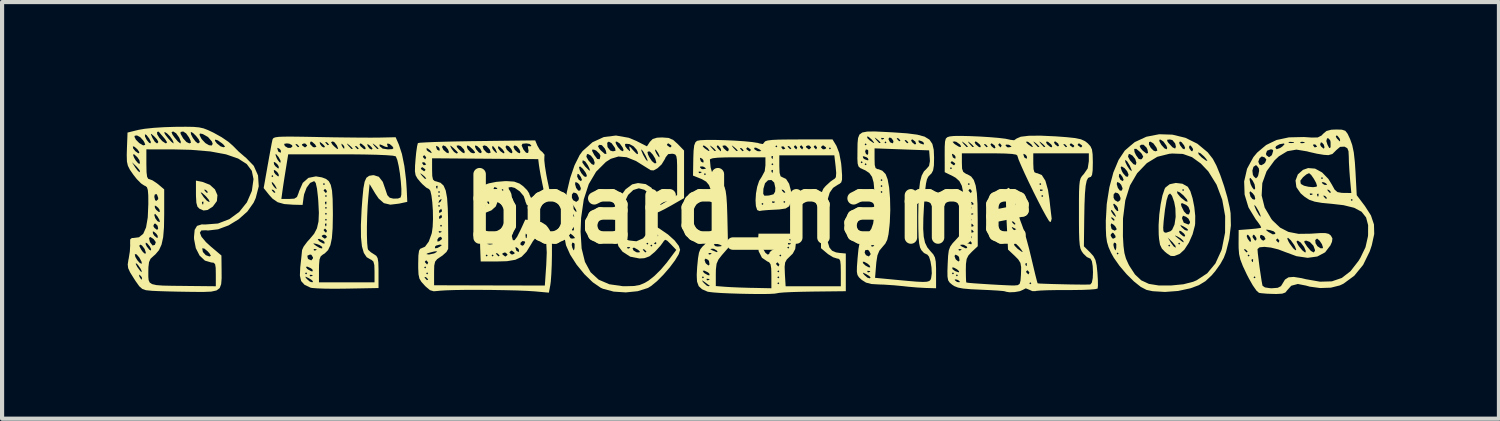
<source format=kicad_pcb>
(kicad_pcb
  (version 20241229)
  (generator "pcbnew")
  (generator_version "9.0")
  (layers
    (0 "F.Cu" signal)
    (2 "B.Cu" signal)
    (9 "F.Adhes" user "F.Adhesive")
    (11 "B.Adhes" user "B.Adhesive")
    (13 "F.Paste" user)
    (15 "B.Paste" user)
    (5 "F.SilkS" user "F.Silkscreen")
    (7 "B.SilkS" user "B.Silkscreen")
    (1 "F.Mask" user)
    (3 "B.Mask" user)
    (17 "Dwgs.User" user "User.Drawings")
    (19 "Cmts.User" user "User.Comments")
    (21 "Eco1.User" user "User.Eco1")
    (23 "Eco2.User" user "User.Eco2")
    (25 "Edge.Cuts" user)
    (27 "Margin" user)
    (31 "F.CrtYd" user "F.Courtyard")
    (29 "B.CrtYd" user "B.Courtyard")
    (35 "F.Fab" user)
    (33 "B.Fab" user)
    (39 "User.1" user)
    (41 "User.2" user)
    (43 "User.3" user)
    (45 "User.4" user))
  (footprint "board_name"
    (layer "F.Cu")
    (at 14.986 1.976)
    (property "Reference" "board_name" (at 0 0 0) (layer "F.SilkS") (effects (font (size 1.524 1.524) (thickness 0.3))))
    (attr board_only exclude_from_pos_files exclude_from_bom)
    (fp_poly (pts (xy -13.168 -0.65) (xy -12.987 -0.58) (xy -12.863 -0.467) (xy -12.804 -0.33) (xy -12.817 -0.188) (xy -12.912 -0.059) (xy -12.921 -0.051) (xy -13.042 0.027) (xy -13.139 0.039) (xy -13.237 -0.004) (xy -13.285 -0.053) (xy -13.31 -0.143) (xy -13.177 -0.143) (xy -13.16 -0.104) (xy -13.146 -0.111) (xy -13.14 -0.168) (xy -13.146 -0.175) (xy -13.174 -0.169) (xy -13.177 -0.143) (xy -13.31 -0.143) (xy -13.311 -0.144) (xy -13.32 -0.302) (xy -13.321 -0.366) (xy -13.321 -0.396) (xy -13.206 -0.396) (xy -13.201 -0.382) (xy -13.132 -0.277) (xy -13.058 -0.196) (xy -13.003 -0.164) (xy -12.993 -0.168) (xy -13.008 -0.214) (xy -13.075 -0.296) (xy -13.103 -0.324) (xy -13.177 -0.388) (xy -13.206 -0.396) (xy -13.321 -0.396) (xy -13.321 -0.464) (xy -13.122 -0.464) (xy -13.11 -0.437) (xy -13.062 -0.386) (xy -13.035 -0.396) (xy -13.034 -0.403) (xy -13.068 -0.443) (xy -13.089 -0.458) (xy -13.122 -0.464) (xy -13.321 -0.464) (xy -13.321 -0.68)) (stroke (width 0) (type solid)) (fill yes) (layer "F.SilkS"))
    (fp_poly (pts (xy 10.415 -0.605) (xy 10.542 -0.534) (xy 10.546 -0.531) (xy 10.607 -0.425) (xy 10.661 -0.252) (xy 10.702 -0.045) (xy 10.724 0.168) (xy 10.722 0.357) (xy 10.716 0.402) (xy 10.66 0.613) (xy 10.571 0.814) (xy 10.464 0.979) (xy 10.353 1.081) (xy 10.338 1.089) (xy 10.219 1.135) (xy 10.135 1.132) (xy 10.042 1.071) (xy 9.996 1.033) (xy 9.921 0.955) (xy 9.887 0.883) (xy 10.074 0.883) (xy 10.098 0.907) (xy 10.122 0.883) (xy 10.098 0.859) (xy 10.074 0.883) (xy 9.887 0.883) (xy 9.877 0.863) (xy 9.854 0.725) (xy 9.851 0.692) (xy 10.063 0.692) (xy 10.146 0.825) (xy 10.21 0.908) (xy 10.254 0.933) (xy 10.257 0.931) (xy 10.245 0.884) (xy 10.205 0.836) (xy 10.313 0.836) (xy 10.337 0.859) (xy 10.361 0.836) (xy 10.337 0.812) (xy 10.313 0.836) (xy 10.205 0.836) (xy 10.18 0.805) (xy 10.173 0.798) (xy 10.063 0.692) (xy 9.851 0.692) (xy 9.847 0.639) (xy 10.237 0.639) (xy 10.248 0.657) (xy 10.313 0.712) (xy 10.413 0.79) (xy 10.45 0.806) (xy 10.432 0.764) (xy 10.369 0.707) (xy 10.298 0.665) (xy 10.237 0.639) (xy 9.847 0.639) (xy 9.845 0.612) (xy 9.843 0.454) (xy 9.953 0.454) (xy 9.959 0.537) (xy 9.989 0.569) (xy 10.024 0.573) (xy 10.081 0.554) (xy 10.334 0.554) (xy 10.361 0.597) (xy 10.432 0.657) (xy 10.468 0.668) (xy 10.482 0.64) (xy 10.456 0.597) (xy 10.384 0.537) (xy 10.349 0.525) (xy 10.334 0.554) (xy 10.081 0.554) (xy 10.127 0.538) (xy 10.168 0.503) (xy 10.212 0.407) (xy 10.371 0.407) (xy 10.402 0.446) (xy 10.473 0.508) (xy 10.533 0.527) (xy 10.552 0.503) (xy 10.515 0.467) (xy 10.444 0.424) (xy 10.372 0.389) (xy 10.371 0.407) (xy 10.212 0.407) (xy 10.226 0.375) (xy 10.247 0.233) (xy 10.408 0.233) (xy 10.448 0.333) (xy 10.563 0.378) (xy 10.595 0.343) (xy 10.599 0.312) (xy 10.561 0.236) (xy 10.504 0.191) (xy 10.431 0.165) (xy 10.409 0.208) (xy 10.408 0.233) (xy 10.247 0.233) (xy 10.253 0.191) (xy 10.246 -0.016) (xy 10.226 -0.123) (xy 10.379 -0.123) (xy 10.393 -0.06) (xy 10.454 0.062) (xy 10.519 0.129) (xy 10.573 0.133) (xy 10.599 0.063) (xy 10.599 0.049) (xy 10.561 -0.047) (xy 10.507 -0.094) (xy 10.41 -0.138) (xy 10.379 -0.123) (xy 10.226 -0.123) (xy 10.217 -0.169) (xy 10.165 -0.315) (xy 10.118 -0.371) (xy 10.074 -0.334) (xy 10.034 -0.205) (xy 9.996 0.019) (xy 9.964 0.298) (xy 9.953 0.454) (xy 9.843 0.454) (xy 9.843 0.385) (xy 9.859 0.135) (xy 9.892 -0.11) (xy 9.935 -0.323) (xy 9.967 -0.418) (xy 10.285 -0.418) (xy 10.296 -0.37) (xy 10.363 -0.288) (xy 10.387 -0.265) (xy 10.493 -0.182) (xy 10.542 -0.172) (xy 10.526 -0.224) (xy 10.443 -0.321) (xy 10.354 -0.396) (xy 10.293 -0.421) (xy 10.285 -0.418) (xy 9.967 -0.418) (xy 9.979 -0.454) (xy 10.408 -0.454) (xy 10.432 -0.43) (xy 10.456 -0.454) (xy 10.432 -0.477) (xy 10.408 -0.454) (xy 9.979 -0.454) (xy 9.986 -0.477) (xy 10.006 -0.513) (xy 10.109 -0.593) (xy 10.258 -0.624)) (stroke (width 0) (type solid)) (fill yes) (layer "F.SilkS"))
    (fp_poly (pts (xy 10.176 -1.786) (xy 10.488 -1.71) (xy 10.775 -1.568) (xy 11.023 -1.362) (xy 11.148 -1.203) (xy 11.234 -1.041) (xy 11.327 -0.813) (xy 11.418 -0.549) (xy 11.497 -0.278) (xy 11.554 -0.027) (xy 11.575 0.103) (xy 11.582 0.399) (xy 11.542 0.727) (xy 11.464 1.039) (xy 11.411 1.178) (xy 11.328 1.327) (xy 11.208 1.495) (xy 11.123 1.596) (xy 10.971 1.739) (xy 10.811 1.836) (xy 10.612 1.91) (xy 10.313 1.975) (xy 9.995 1.999) (xy 9.699 1.981) (xy 9.553 1.95) (xy 9.416 1.879) (xy 9.249 1.746) (xy 9.072 1.571) (xy 8.904 1.374) (xy 8.764 1.175) (xy 8.708 1.074) (xy 8.833 1.074) (xy 8.857 1.098) (xy 8.88 1.074) (xy 8.857 1.05) (xy 8.833 1.074) (xy 8.708 1.074) (xy 8.695 1.05) (xy 8.637 0.918) (xy 8.621 0.864) (xy 8.754 0.864) (xy 8.77 0.936) (xy 8.8 0.999) (xy 8.816 0.974) (xy 8.824 0.939) (xy 8.825 0.852) (xy 8.813 0.824) (xy 8.769 0.811) (xy 8.754 0.864) (xy 8.621 0.864) (xy 8.601 0.797) (xy 8.581 0.658) (xy 8.58 0.645) (xy 8.689 0.645) (xy 8.727 0.708) (xy 8.76 0.716) (xy 8.808 0.685) (xy 8.805 0.662) (xy 8.984 0.662) (xy 8.998 0.894) (xy 9.02 1.062) (xy 9.057 1.196) (xy 9.116 1.327) (xy 9.14 1.372) (xy 9.274 1.578) (xy 9.424 1.719) (xy 9.609 1.805) (xy 9.847 1.843) (xy 10.146 1.843) (xy 10.441 1.814) (xy 10.673 1.754) (xy 10.756 1.719) (xy 11.012 1.551) (xy 11.209 1.314) (xy 11.352 1.002) (xy 11.365 0.962) (xy 11.442 0.572) (xy 11.444 0.173) (xy 11.374 -0.219) (xy 11.237 -0.583) (xy 11.039 -0.901) (xy 10.859 -1.091) (xy 10.645 -1.245) (xy 10.426 -1.322) (xy 10.17 -1.332) (xy 10.098 -1.325) (xy 9.811 -1.253) (xy 9.559 -1.1) (xy 9.329 -0.86) (xy 9.325 -0.855) (xy 9.154 -0.563) (xy 9.041 -0.203) (xy 8.986 0.229) (xy 8.984 0.662) (xy 8.805 0.662) (xy 8.802 0.645) (xy 8.755 0.581) (xy 8.732 0.573) (xy 8.694 0.612) (xy 8.689 0.645) (xy 8.58 0.645) (xy 8.573 0.473) (xy 8.573 0.392) (xy 8.689 0.392) (xy 8.709 0.476) (xy 8.721 0.493) (xy 8.787 0.524) (xy 8.831 0.497) (xy 8.833 0.483) (xy 8.8 0.421) (xy 8.761 0.382) (xy 8.704 0.348) (xy 8.69 0.388) (xy 8.689 0.392) (xy 8.573 0.392) (xy 8.572 0.286) (xy 8.577 0.205) (xy 8.697 0.205) (xy 8.709 0.231) (xy 8.757 0.283) (xy 8.784 0.272) (xy 8.785 0.265) (xy 8.751 0.225) (xy 8.73 0.21) (xy 8.697 0.205) (xy 8.577 0.205) (xy 8.587 0.025) (xy 8.696 0.025) (xy 8.706 0.07) (xy 8.752 0.139) (xy 8.803 0.187) (xy 8.815 0.191) (xy 8.808 0.157) (xy 8.775 0.098) (xy 8.723 0.033) (xy 8.696 0.025) (xy 8.587 0.025) (xy 8.594 -0.106) (xy 8.75 -0.106) (xy 8.78 -0.027) (xy 8.793 -0.004) (xy 8.845 0.054) (xy 8.873 0.047) (xy 8.86 -0.028) (xy 8.83 -0.074) (xy 8.77 -0.127) (xy 8.75 -0.106) (xy 8.594 -0.106) (xy 8.596 -0.125) (xy 8.618 -0.268) (xy 8.759 -0.268) (xy 8.79 -0.209) (xy 8.863 -0.168) (xy 8.918 -0.208) (xy 8.928 -0.26) (xy 8.895 -0.342) (xy 8.862 -0.377) (xy 8.799 -0.394) (xy 8.76 -0.346) (xy 8.759 -0.268) (xy 8.618 -0.268) (xy 8.658 -0.517) (xy 8.679 -0.597) (xy 8.835 -0.597) (xy 8.862 -0.505) (xy 8.911 -0.439) (xy 8.96 -0.442) (xy 8.976 -0.495) (xy 8.942 -0.579) (xy 8.904 -0.621) (xy 8.846 -0.647) (xy 8.835 -0.597) (xy 8.679 -0.597) (xy 8.728 -0.778) (xy 8.886 -0.778) (xy 8.922 -0.703) (xy 8.976 -0.668) (xy 9.002 -0.697) (xy 8.974 -0.768) (xy 8.924 -0.835) (xy 8.895 -0.842) (xy 8.886 -0.778) (xy 8.728 -0.778) (xy 8.753 -0.874) (xy 8.804 -0.996) (xy 8.929 -0.996) (xy 8.958 -0.911) (xy 8.987 -0.859) (xy 9.056 -0.779) (xy 9.105 -0.774) (xy 9.119 -0.828) (xy 9.086 -0.906) (xy 9.024 -0.979) (xy 8.953 -1.023) (xy 8.929 -0.996) (xy 8.804 -0.996) (xy 8.878 -1.174) (xy 8.879 -1.176) (xy 9.038 -1.176) (xy 9.043 -1.125) (xy 9.085 -1.037) (xy 9.141 -0.952) (xy 9.189 -0.908) (xy 9.193 -0.907) (xy 9.19 -0.944) (xy 9.151 -1.035) (xy 9.141 -1.055) (xy 9.084 -1.145) (xy 9.042 -1.178) (xy 9.038 -1.176) (xy 8.879 -1.176) (xy 8.931 -1.255) (xy 9.107 -1.255) (xy 9.155 -1.168) (xy 9.238 -1.075) (xy 9.293 -1.057) (xy 9.309 -1.11) (xy 9.28 -1.2) (xy 9.216 -1.281) (xy 9.148 -1.32) (xy 9.122 -1.315) (xy 9.107 -1.255) (xy 8.931 -1.255) (xy 9.027 -1.4) (xy 9.03 -1.404) (xy 9.076 -1.443) (xy 9.255 -1.443) (xy 9.263 -1.369) (xy 9.3 -1.291) (xy 9.366 -1.201) (xy 9.421 -1.19) (xy 9.442 -1.204) (xy 9.473 -1.255) (xy 9.438 -1.324) (xy 9.4 -1.366) (xy 9.305 -1.445) (xy 9.255 -1.443) (xy 9.076 -1.443) (xy 9.158 -1.514) (xy 9.386 -1.514) (xy 9.409 -1.46) (xy 9.462 -1.4) (xy 9.548 -1.332) (xy 9.589 -1.343) (xy 9.587 -1.356) (xy 10.794 -1.356) (xy 10.807 -1.311) (xy 10.876 -1.24) (xy 10.879 -1.237) (xy 10.981 -1.163) (xy 11.018 -1.153) (xy 10.986 -1.205) (xy 10.934 -1.265) (xy 10.852 -1.337) (xy 10.798 -1.359) (xy 10.794 -1.356) (xy 9.587 -1.356) (xy 9.575 -1.426) (xy 9.551 -1.476) (xy 9.48 -1.544) (xy 9.426 -1.544) (xy 9.386 -1.514) (xy 9.158 -1.514) (xy 9.2 -1.549) (xy 9.61 -1.549) (xy 9.655 -1.467) (xy 9.722 -1.401) (xy 9.767 -1.385) (xy 9.813 -1.402) (xy 9.793 -1.47) (xy 9.789 -1.477) (xy 9.717 -1.576) (xy 9.646 -1.618) (xy 9.613 -1.608) (xy 9.61 -1.549) (xy 9.2 -1.549) (xy 9.268 -1.606) (xy 9.386 -1.661) (xy 9.857 -1.661) (xy 9.867 -1.613) (xy 9.911 -1.537) (xy 9.983 -1.457) (xy 10.036 -1.433) (xy 10.05 -1.468) (xy 10.028 -1.525) (xy 9.959 -1.62) (xy 9.898 -1.662) (xy 10.046 -1.662) (xy 10.058 -1.617) (xy 10.08 -1.587) (xy 10.177 -1.482) (xy 10.24 -1.451) (xy 10.259 -1.495) (xy 10.242 -1.572) (xy 10.228 -1.59) (xy 10.336 -1.59) (xy 10.361 -1.528) (xy 10.42 -1.452) (xy 10.459 -1.432) (xy 10.481 -1.466) (xy 10.47 -1.493) (xy 10.574 -1.493) (xy 10.582 -1.456) (xy 10.628 -1.393) (xy 10.651 -1.385) (xy 10.672 -1.42) (xy 10.664 -1.456) (xy 10.618 -1.519) (xy 10.596 -1.528) (xy 10.574 -1.493) (xy 10.47 -1.493) (xy 10.456 -1.528) (xy 10.397 -1.603) (xy 10.357 -1.623) (xy 10.336 -1.59) (xy 10.228 -1.59) (xy 10.175 -1.655) (xy 10.113 -1.671) (xy 10.046 -1.662) (xy 9.898 -1.662) (xy 9.89 -1.667) (xy 9.857 -1.661) (xy 9.386 -1.661) (xy 9.549 -1.736) (xy 9.857 -1.796)) (stroke (width 0) (type solid)) (fill yes) (layer "F.SilkS"))
    (fp_poly (pts (xy 3.261 -1.851) (xy 3.453 -1.841) (xy 3.785 -1.818) (xy 4.035 -1.786) (xy 4.212 -1.738) (xy 4.329 -1.666) (xy 4.399 -1.563) (xy 4.432 -1.422) (xy 4.44 -1.235) (xy 4.44 -1.23) (xy 4.436 -1.045) (xy 4.417 -0.928) (xy 4.379 -0.855) (xy 4.341 -0.818) (xy 4.299 -0.774) (xy 4.268 -0.709) (xy 4.245 -0.605) (xy 4.225 -0.445) (xy 4.207 -0.213) (xy 4.2 -0.118) (xy 4.182 0.219) (xy 4.178 0.477) (xy 4.191 0.67) (xy 4.223 0.815) (xy 4.277 0.926) (xy 4.353 1.018) (xy 4.421 1.094) (xy 4.461 1.17) (xy 4.481 1.274) (xy 4.488 1.433) (xy 4.488 1.531) (xy 4.488 1.91) (xy 4.237 1.903) (xy 4.04 1.892) (xy 3.815 1.873) (xy 3.7 1.86) (xy 3.48 1.839) (xy 3.237 1.823) (xy 3.118 1.819) (xy 2.93 1.808) (xy 2.802 1.774) (xy 2.701 1.71) (xy 2.694 1.704) (xy 2.632 1.647) (xy 2.597 1.591) (xy 2.589 1.553) (xy 2.732 1.553) (xy 2.763 1.592) (xy 2.834 1.654) (xy 2.894 1.672) (xy 2.912 1.649) (xy 2.876 1.613) (xy 2.805 1.569) (xy 2.732 1.534) (xy 2.732 1.553) (xy 2.589 1.553) (xy 2.582 1.512) (xy 2.582 1.496) (xy 2.833 1.496) (xy 2.839 1.524) (xy 2.865 1.528) (xy 2.904 1.51) (xy 2.896 1.496) (xy 2.84 1.49) (xy 2.833 1.496) (xy 2.582 1.496) (xy 2.584 1.386) (xy 2.593 1.273) (xy 2.722 1.273) (xy 2.736 1.315) (xy 2.79 1.364) (xy 2.869 1.407) (xy 2.905 1.407) (xy 2.891 1.365) (xy 2.837 1.316) (xy 2.758 1.273) (xy 2.722 1.273) (xy 2.593 1.273) (xy 2.599 1.189) (xy 2.6 1.179) (xy 2.612 1.054) (xy 2.769 1.054) (xy 2.801 1.114) (xy 2.87 1.145) (xy 2.911 1.098) (xy 2.912 1.079) (xy 2.874 1.006) (xy 2.841 0.985) (xy 2.783 0.995) (xy 2.769 1.054) (xy 2.612 1.054) (xy 2.62 0.973) (xy 2.637 0.875) (xy 2.928 0.875) (xy 2.935 0.904) (xy 2.96 0.907) (xy 2.999 0.89) (xy 2.992 0.875) (xy 2.935 0.87) (xy 2.928 0.875) (xy 2.637 0.875) (xy 2.643 0.84) (xy 2.677 0.754) (xy 2.702 0.724) (xy 2.878 0.724) (xy 2.893 0.75) (xy 2.912 0.764) (xy 3.014 0.803) (xy 3.056 0.808) (xy 3.084 0.794) (xy 3.032 0.764) (xy 2.931 0.728) (xy 2.878 0.724) (xy 2.702 0.724) (xy 2.728 0.692) (xy 2.762 0.665) (xy 2.802 0.629) (xy 2.96 0.629) (xy 2.996 0.661) (xy 3.008 0.668) (xy 3.11 0.709) (xy 3.151 0.715) (xy 3.199 0.708) (xy 3.163 0.676) (xy 3.151 0.668) (xy 3.049 0.627) (xy 3.008 0.622) (xy 2.96 0.629) (xy 2.802 0.629) (xy 2.862 0.574) (xy 2.873 0.559) (xy 3.085 0.559) (xy 3.151 0.565) (xy 3.219 0.558) (xy 3.211 0.541) (xy 3.113 0.535) (xy 3.091 0.541) (xy 3.085 0.559) (xy 2.873 0.559) (xy 2.931 0.477) (xy 2.958 0.398) (xy 3.167 0.398) (xy 3.174 0.426) (xy 3.199 0.43) (xy 3.238 0.412) (xy 3.231 0.398) (xy 3.174 0.392) (xy 3.167 0.398) (xy 2.958 0.398) (xy 2.974 0.352) (xy 2.987 0.255) (xy 3.167 0.255) (xy 3.174 0.283) (xy 3.199 0.286) (xy 3.238 0.269) (xy 3.231 0.255) (xy 3.174 0.249) (xy 3.167 0.255) (xy 2.987 0.255) (xy 2.997 0.179) (xy 3.004 -0.034) (xy 3.159 -0.034) (xy 3.17 -0.007) (xy 3.219 0.044) (xy 3.246 0.033) (xy 3.247 0.027) (xy 3.213 -0.014) (xy 3.191 -0.028) (xy 3.159 -0.034) (xy 3.004 -0.034) (xy 3.005 -0.061) (xy 3.006 -0.119) (xy 3.199 -0.119) (xy 3.223 -0.095) (xy 3.247 -0.119) (xy 3.223 -0.143) (xy 3.199 -0.119) (xy 3.006 -0.119) (xy 3.006 -0.168) (xy 3.004 -0.304) (xy 3.151 -0.304) (xy 3.175 -0.234) (xy 3.222 -0.207) (xy 3.239 -0.216) (xy 3.233 -0.265) (xy 3.208 -0.297) (xy 3.16 -0.324) (xy 3.151 -0.304) (xy 3.004 -0.304) (xy 3.003 -0.406) (xy 3.151 -0.406) (xy 3.175 -0.382) (xy 3.199 -0.406) (xy 3.175 -0.43) (xy 3.151 -0.406) (xy 3.003 -0.406) (xy 3.002 -0.441) (xy 2.993 -0.549) (xy 3.151 -0.549) (xy 3.175 -0.525) (xy 3.199 -0.549) (xy 3.175 -0.573) (xy 3.151 -0.549) (xy 2.993 -0.549) (xy 2.985 -0.636) (xy 2.969 -0.692) (xy 3.151 -0.692) (xy 3.175 -0.668) (xy 3.199 -0.692) (xy 3.175 -0.716) (xy 3.151 -0.692) (xy 2.969 -0.692) (xy 2.947 -0.77) (xy 2.884 -0.86) (xy 2.789 -0.925) (xy 2.729 -0.952) (xy 2.662 -0.983) (xy 2.621 -1.022) (xy 2.606 -1.074) (xy 2.769 -1.074) (xy 2.793 -1.05) (xy 2.817 -1.074) (xy 2.793 -1.098) (xy 2.769 -1.074) (xy 2.606 -1.074) (xy 2.601 -1.091) (xy 2.599 -1.122) (xy 2.674 -1.122) (xy 2.698 -1.098) (xy 2.721 -1.122) (xy 2.698 -1.146) (xy 2.674 -1.122) (xy 2.599 -1.122) (xy 2.594 -1.212) (xy 2.595 -1.26) (xy 2.724 -1.26) (xy 2.737 -1.219) (xy 2.769 -1.194) (xy 2.84 -1.169) (xy 2.862 -1.175) (xy 2.849 -1.216) (xy 2.817 -1.241) (xy 2.746 -1.266) (xy 2.724 -1.26) (xy 2.595 -1.26) (xy 2.596 -1.383) (xy 2.781 -1.383) (xy 2.797 -1.33) (xy 2.834 -1.294) (xy 2.855 -1.33) (xy 2.855 -1.405) (xy 2.846 -1.419) (xy 2.8 -1.431) (xy 2.781 -1.383) (xy 2.596 -1.383) (xy 2.596 -1.405) (xy 2.596 -1.414) (xy 2.597 -1.456) (xy 3.008 -1.456) (xy 3.008 -1.206) (xy 3.012 -1.058) (xy 3.032 -0.983) (xy 3.075 -0.957) (xy 3.102 -0.955) (xy 3.195 -0.918) (xy 3.274 -0.837) (xy 3.323 -0.71) (xy 3.359 -0.51) (xy 3.38 -0.257) (xy 3.386 0.027) (xy 3.375 0.319) (xy 3.367 0.407) (xy 3.344 0.608) (xy 3.314 0.741) (xy 3.267 0.836) (xy 3.201 0.913) (xy 3.123 1.007) (xy 3.077 1.119) (xy 3.051 1.282) (xy 3.045 1.352) (xy 3.02 1.659) (xy 3.503 1.705) (xy 3.803 1.733) (xy 4.02 1.751) (xy 4.171 1.758) (xy 4.267 1.753) (xy 4.324 1.736) (xy 4.354 1.707) (xy 4.369 1.668) (xy 4.385 1.553) (xy 4.378 1.409) (xy 4.354 1.264) (xy 4.319 1.151) (xy 4.277 1.099) (xy 4.271 1.098) (xy 4.198 1.062) (xy 4.133 0.992) (xy 4.102 0.928) (xy 4.081 0.83) (xy 4.067 0.682) (xy 4.061 0.468) (xy 4.059 0.192) (xy 4.064 -0.169) (xy 4.078 -0.447) (xy 4.103 -0.654) (xy 4.142 -0.801) (xy 4.196 -0.902) (xy 4.25 -0.955) (xy 4.319 -1.034) (xy 4.34 -1.148) (xy 4.336 -1.22) (xy 4.321 -1.408) (xy 3.664 -1.432) (xy 3.008 -1.456) (xy 2.597 -1.456) (xy 2.598 -1.552) (xy 2.769 -1.552) (xy 2.793 -1.528) (xy 2.817 -1.552) (xy 2.793 -1.576) (xy 2.769 -1.552) (xy 2.598 -1.552) (xy 2.599 -1.583) (xy 2.611 -1.705) (xy 2.626 -1.742) (xy 2.825 -1.742) (xy 2.838 -1.699) (xy 2.892 -1.648) (xy 2.981 -1.587) (xy 3 -1.59) (xy 2.949 -1.657) (xy 2.936 -1.671) (xy 2.882 -1.718) (xy 3.011 -1.718) (xy 3.023 -1.694) (xy 3.05 -1.659) (xy 3.119 -1.585) (xy 3.15 -1.585) (xy 3.151 -1.594) (xy 3.146 -1.599) (xy 3.247 -1.599) (xy 3.27 -1.576) (xy 3.294 -1.599) (xy 3.27 -1.623) (xy 3.247 -1.599) (xy 3.146 -1.599) (xy 3.119 -1.633) (xy 3.068 -1.677) (xy 3.032 -1.703) (xy 3.167 -1.703) (xy 3.174 -1.674) (xy 3.199 -1.671) (xy 3.217 -1.679) (xy 3.342 -1.679) (xy 3.38 -1.603) (xy 3.444 -1.576) (xy 3.463 -1.611) (xy 3.455 -1.647) (xy 3.41 -1.705) (xy 3.541 -1.705) (xy 3.552 -1.678) (xy 3.6 -1.627) (xy 3.628 -1.638) (xy 3.629 -1.644) (xy 3.618 -1.657) (xy 3.732 -1.657) (xy 3.743 -1.631) (xy 3.791 -1.579) (xy 3.819 -1.59) (xy 3.82 -1.597) (xy 3.786 -1.637) (xy 3.776 -1.644) (xy 3.887 -1.644) (xy 3.916 -1.598) (xy 3.978 -1.549) (xy 4.008 -1.564) (xy 3.989 -1.62) (xy 3.959 -1.642) (xy 4.061 -1.642) (xy 4.074 -1.601) (xy 4.106 -1.576) (xy 4.177 -1.551) (xy 4.199 -1.557) (xy 4.186 -1.598) (xy 4.154 -1.623) (xy 4.082 -1.648) (xy 4.061 -1.642) (xy 3.959 -1.642) (xy 3.924 -1.669) (xy 3.906 -1.671) (xy 3.887 -1.644) (xy 3.776 -1.644) (xy 3.764 -1.652) (xy 3.732 -1.657) (xy 3.618 -1.657) (xy 3.595 -1.685) (xy 3.573 -1.699) (xy 3.541 -1.705) (xy 3.41 -1.705) (xy 3.409 -1.707) (xy 3.359 -1.715) (xy 3.342 -1.679) (xy 3.217 -1.679) (xy 3.238 -1.689) (xy 3.231 -1.703) (xy 3.174 -1.709) (xy 3.167 -1.703) (xy 3.032 -1.703) (xy 3.011 -1.718) (xy 2.882 -1.718) (xy 2.865 -1.733) (xy 2.825 -1.742) (xy 2.626 -1.742) (xy 2.644 -1.788) (xy 2.713 -1.838) (xy 2.83 -1.86) (xy 3.008 -1.863)) (stroke (width 0) (type solid)) (fill yes) (layer "F.SilkS"))
    (fp_poly (pts (xy -13.382 -1.973) (xy -13.248 -1.961) (xy -13.138 -1.937) (xy -13.031 -1.896) (xy -12.902 -1.835) (xy -12.883 -1.825) (xy -12.702 -1.724) (xy -12.538 -1.612) (xy -12.428 -1.515) (xy -12.296 -1.381) (xy -12.145 -1.251) (xy -12.12 -1.232) (xy -11.93 -1.036) (xy -11.827 -0.804) (xy -11.81 -0.543) (xy -11.883 -0.26) (xy -11.934 -0.148) (xy -12.083 0.063) (xy -12.292 0.249) (xy -12.535 0.397) (xy -12.79 0.492) (xy -13.03 0.52) (xy -13.087 0.514) (xy -13.194 0.52) (xy -13.226 0.575) (xy -13.188 0.671) (xy -13.08 0.8) (xy -12.963 0.907) (xy -12.708 1.122) (xy -12.704 1.471) (xy -12.703 1.67) (xy -12.714 1.811) (xy -12.75 1.906) (xy -12.826 1.963) (xy -12.954 1.991) (xy -13.149 1.999) (xy -13.423 1.997) (xy -13.478 1.996) (xy -13.746 1.992) (xy -14.002 1.986) (xy -14.22 1.979) (xy -14.374 1.972) (xy -14.395 1.97) (xy -14.525 1.957) (xy -14.612 1.927) (xy -14.685 1.862) (xy -14.771 1.741) (xy -14.81 1.681) (xy -14.873 1.58) (xy -14.692 1.58) (xy -14.682 1.628) (xy -14.678 1.637) (xy -14.64 1.696) (xy -14.619 1.696) (xy -14.624 1.646) (xy -14.652 1.611) (xy -14.692 1.58) (xy -14.873 1.58) (xy -14.904 1.531) (xy -14.952 1.427) (xy -14.963 1.335) (xy -14.96 1.32) (xy -14.772 1.32) (xy -14.737 1.389) (xy -14.729 1.403) (xy -14.66 1.496) (xy -14.624 1.525) (xy -14.631 1.486) (xy -14.656 1.435) (xy -14.719 1.345) (xy -14.758 1.31) (xy -14.772 1.32) (xy -14.96 1.32) (xy -14.946 1.225) (xy -14.939 1.195) (xy -14.923 1.094) (xy -14.792 1.094) (xy -14.779 1.157) (xy -14.73 1.238) (xy -14.67 1.304) (xy -14.624 1.319) (xy -14.622 1.317) (xy -14.632 1.268) (xy -14.681 1.176) (xy -14.687 1.167) (xy -14.75 1.094) (xy -14.789 1.089) (xy -14.792 1.094) (xy -14.923 1.094) (xy -14.912 1.028) (xy -14.904 0.89) (xy -14.686 0.89) (xy -14.638 0.982) (xy -14.596 1.04) (xy -14.543 1.084) (xy -14.526 1.056) (xy -14.553 0.973) (xy -14.56 0.959) (xy -14.62 0.881) (xy -14.662 0.859) (xy -14.686 0.89) (xy -14.904 0.89) (xy -14.903 0.873) (xy -14.905 0.845) (xy -14.533 0.845) (xy -14.503 0.907) (xy -14.443 0.982) (xy -14.407 1.003) (xy -14.4 0.969) (xy -14.43 0.907) (xy -14.49 0.833) (xy -14.526 0.812) (xy -14.533 0.845) (xy -14.905 0.845) (xy -14.905 0.837) (xy -14.904 0.735) (xy -14.864 0.701) (xy -14.826 0.701) (xy -14.821 0.7) (xy -14.451 0.7) (xy -14.431 0.788) (xy -14.418 0.813) (xy -14.363 0.882) (xy -14.31 0.865) (xy -14.309 0.864) (xy -14.287 0.801) (xy -14.336 0.731) (xy -14.416 0.676) (xy -14.451 0.7) (xy -14.821 0.7) (xy -14.691 0.683) (xy -14.59 0.6) (xy -14.566 0.547) (xy -14.361 0.547) (xy -14.354 0.597) (xy -14.323 0.645) (xy -14.264 0.695) (xy -14.238 0.695) (xy -14.244 0.644) (xy -14.276 0.597) (xy -14.335 0.547) (xy -14.361 0.547) (xy -14.566 0.547) (xy -14.521 0.444) (xy -14.516 0.413) (xy -14.347 0.413) (xy -14.319 0.459) (xy -14.256 0.506) (xy -14.23 0.473) (xy -14.245 0.405) (xy -14.294 0.355) (xy -14.325 0.359) (xy -14.347 0.413) (xy -14.516 0.413) (xy -14.481 0.208) (xy -14.478 0.147) (xy -14.323 0.147) (xy -14.3 0.224) (xy -14.25 0.293) (xy -14.2 0.318) (xy -14.19 0.313) (xy -14.2 0.264) (xy -14.247 0.183) (xy -14.303 0.119) (xy -14.323 0.141) (xy -14.323 0.147) (xy -14.478 0.147) (xy -14.469 -0.074) (xy -14.313 -0.074) (xy -14.307 -0.023) (xy -14.276 0.024) (xy -14.216 0.074) (xy -14.19 0.074) (xy -14.197 0.023) (xy -14.228 -0.024) (xy -14.287 -0.074) (xy -14.313 -0.074) (xy -14.469 -0.074) (xy -14.467 -0.113) (xy -14.467 -0.136) (xy -14.468 -0.289) (xy -14.323 -0.289) (xy -14.304 -0.21) (xy -14.276 -0.191) (xy -14.233 -0.229) (xy -14.228 -0.26) (xy -14.257 -0.341) (xy -14.276 -0.358) (xy -14.313 -0.343) (xy -14.323 -0.289) (xy -14.468 -0.289) (xy -14.469 -0.333) (xy -14.479 -0.454) (xy -14.5 -0.52) (xy -14.538 -0.551) (xy -14.561 -0.559) (xy -14.639 -0.61) (xy -14.743 -0.715) (xy -14.826 -0.82) (xy -14.91 -0.941) (xy -14.959 -1.038) (xy -14.978 -1.122) (xy -14.86 -1.122) (xy -14.776 -0.989) (xy -14.713 -0.907) (xy -14.668 -0.881) (xy -14.666 -0.883) (xy -14.677 -0.93) (xy -14.742 -1.009) (xy -14.749 -1.016) (xy -14.86 -1.122) (xy -14.978 -1.122) (xy -14.982 -1.142) (xy -14.986 -1.285) (xy -14.986 -1.306) (xy -14.836 -1.306) (xy -14.81 -1.233) (xy -14.771 -1.167) (xy -14.709 -1.094) (xy -14.669 -1.089) (xy -14.667 -1.094) (xy -14.681 -1.169) (xy -14.732 -1.244) (xy -14.808 -1.313) (xy -14.836 -1.306) (xy -14.986 -1.306) (xy -14.982 -1.446) (xy -14.98 -1.505) (xy -14.839 -1.505) (xy -14.833 -1.456) (xy -14.781 -1.389) (xy -14.715 -1.342) (xy -14.692 -1.337) (xy -14.683 -1.366) (xy -14.729 -1.432) (xy -14.514 -1.432) (xy -14.514 -1.074) (xy -14.51 -0.883) (xy -14.496 -0.771) (xy -14.468 -0.722) (xy -14.446 -0.716) (xy -14.368 -0.687) (xy -14.26 -0.615) (xy -14.231 -0.593) (xy -14.085 -0.469) (xy -14.085 0.125) (xy -14.09 0.443) (xy -14.11 0.683) (xy -14.149 0.86) (xy -14.21 0.993) (xy -14.298 1.096) (xy -14.341 1.133) (xy -14.413 1.2) (xy -14.45 1.281) (xy -14.465 1.405) (xy -14.467 1.52) (xy -14.467 1.631) (xy -14.46 1.713) (xy -14.434 1.772) (xy -14.377 1.81) (xy -14.274 1.834) (xy -14.116 1.846) (xy -13.889 1.851) (xy -13.58 1.854) (xy -13.524 1.855) (xy -12.843 1.862) (xy -12.843 1.576) (xy -12.846 1.417) (xy -12.86 1.331) (xy -12.895 1.296) (xy -12.954 1.289) (xy -13.105 1.245) (xy -13.233 1.124) (xy -13.32 0.954) (xy -13.169 0.954) (xy -13.154 1.037) (xy -13.084 1.114) (xy -12.996 1.146) (xy -12.961 1.13) (xy -12.993 1.073) (xy -13.037 1.024) (xy -13.116 0.957) (xy -13.165 0.947) (xy -13.169 0.954) (xy -13.32 0.954) (xy -13.324 0.947) (xy -13.366 0.73) (xy -13.368 0.677) (xy -13.352 0.505) (xy -13.295 0.409) (xy -13.184 0.374) (xy -13.089 0.375) (xy -12.79 0.352) (xy -12.516 0.247) (xy -12.279 0.073) (xy -12.095 -0.157) (xy -11.976 -0.431) (xy -11.936 -0.717) (xy -11.977 -0.915) (xy -12.099 -1.079) (xy -12.306 -1.211) (xy -12.598 -1.312) (xy -12.976 -1.382) (xy -13.443 -1.421) (xy -13.858 -1.431) (xy -14.514 -1.432) (xy -14.729 -1.432) (xy -14.729 -1.433) (xy -14.8 -1.495) (xy -14.839 -1.505) (xy -14.98 -1.505) (xy -14.971 -1.734) (xy -14.801 -1.734) (xy -14.765 -1.664) (xy -14.686 -1.584) (xy -14.601 -1.533) (xy -14.577 -1.528) (xy -14.541 -1.544) (xy -14.564 -1.605) (xy -14.59 -1.647) (xy -14.663 -1.726) (xy -14.74 -1.767) (xy -14.793 -1.76) (xy -14.801 -1.734) (xy -14.971 -1.734) (xy -14.969 -1.796) (xy -14.548 -1.796) (xy -14.547 -1.741) (xy -14.505 -1.659) (xy -14.449 -1.592) (xy -14.416 -1.576) (xy -14.405 -1.609) (xy -14.444 -1.69) (xy -14.448 -1.696) (xy -14.509 -1.775) (xy -14.544 -1.794) (xy -14.405 -1.794) (xy -14.367 -1.706) (xy -14.31 -1.613) (xy -14.257 -1.574) (xy -14.229 -1.601) (xy -14.228 -1.616) (xy -14.26 -1.674) (xy -14.327 -1.746) (xy -14.395 -1.805) (xy -14.405 -1.794) (xy -14.544 -1.794) (xy -14.548 -1.796) (xy -14.548 -1.796) (xy -14.969 -1.796) (xy -14.968 -1.836) (xy -14.915 -1.849) (xy -14.256 -1.849) (xy -14.254 -1.794) (xy -14.203 -1.71) (xy -14.129 -1.628) (xy -14.056 -1.58) (xy -14.04 -1.577) (xy -14.015 -1.601) (xy -14.063 -1.677) (xy -14.088 -1.707) (xy -14.167 -1.798) (xy -14.198 -1.835) (xy -14.085 -1.835) (xy -14.056 -1.781) (xy -13.99 -1.697) (xy -13.916 -1.617) (xy -13.864 -1.576) (xy -13.86 -1.576) (xy -13.865 -1.611) (xy -13.889 -1.663) (xy -13.947 -1.746) (xy -14.015 -1.815) (xy -14.065 -1.846) (xy -13.908 -1.846) (xy -13.886 -1.787) (xy -13.838 -1.719) (xy -13.759 -1.625) (xy -13.7 -1.577) (xy -13.692 -1.576) (xy -13.685 -1.612) (xy -13.718 -1.701) (xy -13.727 -1.719) (xy -13.789 -1.806) (xy -13.691 -1.806) (xy -13.635 -1.708) (xy -13.626 -1.693) (xy -13.549 -1.608) (xy -13.481 -1.576) (xy -13.442 -1.589) (xy -13.452 -1.645) (xy -13.488 -1.719) (xy -13.557 -1.816) (xy -13.608 -1.849) (xy -13.445 -1.849) (xy -13.441 -1.796) (xy -13.396 -1.708) (xy -13.333 -1.623) (xy -13.276 -1.577) (xy -13.267 -1.576) (xy -13.227 -1.606) (xy -13.227 -1.611) (xy -13.255 -1.674) (xy -13.319 -1.755) (xy -13.345 -1.781) (xy -13.236 -1.781) (xy -13.196 -1.699) (xy -13.177 -1.671) (xy -13.094 -1.583) (xy -13.008 -1.532) (xy -12.943 -1.524) (xy -12.918 -1.563) (xy -12.938 -1.622) (xy -12.953 -1.639) (xy -12.865 -1.639) (xy -12.819 -1.576) (xy -12.728 -1.504) (xy -12.657 -1.482) (xy -12.62 -1.497) (xy -12.658 -1.546) (xy -12.693 -1.577) (xy -12.794 -1.648) (xy -12.856 -1.668) (xy -12.865 -1.639) (xy -12.953 -1.639) (xy -13.031 -1.729) (xy -13.157 -1.801) (xy -13.225 -1.814) (xy -13.236 -1.781) (xy -13.345 -1.781) (xy -13.39 -1.825) (xy -13.44 -1.852) (xy -13.445 -1.849) (xy -13.608 -1.849) (xy -13.627 -1.862) (xy -13.632 -1.862) (xy -13.69 -1.851) (xy -13.691 -1.806) (xy -13.789 -1.806) (xy -13.796 -1.817) (xy -13.867 -1.862) (xy -13.872 -1.862) (xy -13.908 -1.846) (xy -14.065 -1.846) (xy -14.069 -1.848) (xy -14.085 -1.835) (xy -14.198 -1.835) (xy -14.213 -1.854) (xy -14.216 -1.858) (xy -14.252 -1.853) (xy -14.256 -1.849) (xy -14.915 -1.849) (xy -14.705 -1.901) (xy -14.554 -1.927) (xy -14.336 -1.95) (xy -14.081 -1.966) (xy -13.821 -1.974) (xy -13.566 -1.976)) (stroke (width 0) (type solid)) (fill yes) (layer "F.SilkS"))
    (fp_poly (pts (xy -2.908 -1.711) (xy -2.727 -1.636) (xy -2.469 -1.505) (xy -2.442 -1.546) (xy -1.989 -1.546) (xy -1.981 -1.528) (xy -1.918 -1.482) (xy -1.904 -1.48) (xy -1.878 -1.509) (xy -1.886 -1.528) (xy -1.949 -1.574) (xy -1.963 -1.576) (xy -1.989 -1.546) (xy -2.442 -1.546) (xy -2.399 -1.612) (xy -2.33 -1.682) (xy -2.227 -1.713) (xy -2.104 -1.719) (xy -1.948 -1.707) (xy -1.836 -1.658) (xy -1.728 -1.561) (xy -1.576 -1.404) (xy -1.576 -0.259) (xy -1.884 -0.082) (xy -2.04 0.004) (xy -2.166 0.067) (xy -2.238 0.095) (xy -2.242 0.095) (xy -2.279 0.055) (xy -2.292 -0.026) (xy -2.324 -0.21) (xy -2.409 -0.359) (xy -2.529 -0.459) (xy -2.665 -0.495) (xy -2.798 -0.454) (xy -2.922 -0.336) (xy -3.006 -0.162) (xy -3.056 0.084) (xy -3.068 0.206) (xy -3.08 0.431) (xy -3.071 0.581) (xy -3.036 0.675) (xy -2.969 0.732) (xy -2.906 0.759) (xy -2.723 0.78) (xy -2.613 0.732) (xy -2.374 0.732) (xy -2.352 0.773) (xy -2.34 0.787) (xy -2.273 0.853) (xy -2.246 0.838) (xy -2.244 0.817) (xy -2.282 0.765) (xy -2.322 0.744) (xy -2.374 0.732) (xy -2.613 0.732) (xy -2.562 0.709) (xy -2.488 0.62) (xy -2.315 0.62) (xy -2.305 0.661) (xy -2.271 0.668) (xy -2.205 0.657) (xy -2.196 0.647) (xy -2.231 0.603) (xy -2.294 0.602) (xy -2.315 0.62) (xy -2.488 0.62) (xy -2.429 0.549) (xy -2.329 0.381) (xy -2.155 0.484) (xy -1.96 0.618) (xy -1.804 0.759) (xy -1.702 0.891) (xy -1.671 0.985) (xy -1.704 1.09) (xy -1.793 1.238) (xy -1.921 1.409) (xy -2.071 1.582) (xy -2.225 1.738) (xy -2.369 1.856) (xy -2.445 1.903) (xy -2.691 1.981) (xy -2.978 2.01) (xy -3.269 1.991) (xy -3.526 1.923) (xy -3.582 1.898) (xy -3.772 1.767) (xy -3.972 1.574) (xy -4.161 1.343) (xy -4.316 1.102) (xy -4.416 0.878) (xy -4.416 0.878) (xy -4.419 0.864) (xy -4.28 0.864) (xy -4.264 0.936) (xy -4.234 0.999) (xy -4.218 0.974) (xy -4.211 0.939) (xy -4.209 0.852) (xy -4.221 0.824) (xy -4.265 0.811) (xy -4.28 0.864) (xy -4.419 0.864) (xy -4.462 0.639) (xy -4.345 0.639) (xy -4.309 0.706) (xy -4.273 0.716) (xy -4.209 0.706) (xy -4.202 0.698) (xy -4.233 0.657) (xy -4.273 0.621) (xy -4.33 0.587) (xy -4.345 0.631) (xy -4.345 0.639) (xy -4.462 0.639) (xy -4.466 0.619) (xy -4.468 0.549) (xy -4.066 0.549) (xy -4.041 0.951) (xy -3.961 1.275) (xy -3.825 1.525) (xy -3.63 1.704) (xy -3.374 1.814) (xy -3.053 1.86) (xy -2.981 1.861) (xy -2.785 1.856) (xy -2.644 1.832) (xy -2.521 1.78) (xy -2.43 1.726) (xy -2.292 1.617) (xy -2.135 1.462) (xy -1.992 1.293) (xy -1.989 1.289) (xy -1.763 0.988) (xy -1.896 0.849) (xy -1.983 0.764) (xy -2.032 0.743) (xy -2.068 0.78) (xy -2.077 0.796) (xy -2.14 0.882) (xy -2.241 0.995) (xy -2.283 1.038) (xy -2.409 1.142) (xy -2.534 1.187) (xy -2.647 1.194) (xy -2.872 1.15) (xy -3.058 1.029) (xy -3.137 0.923) (xy -2.944 0.923) (xy -2.938 0.951) (xy -2.912 0.955) (xy -2.888 0.944) (xy -2.815 0.944) (xy -2.795 0.999) (xy -2.725 1.043) (xy -2.683 1.049) (xy -2.633 1.04) (xy -2.658 1.006) (xy -2.694 0.978) (xy -2.711 0.969) (xy -2.57 0.969) (xy -2.559 0.995) (xy -2.511 1.047) (xy -2.483 1.036) (xy -2.483 1.029) (xy -2.517 0.989) (xy -2.538 0.974) (xy -2.57 0.969) (xy -2.711 0.969) (xy -2.779 0.931) (xy -2.815 0.944) (xy -2.888 0.944) (xy -2.873 0.937) (xy -2.881 0.923) (xy -2.937 0.917) (xy -2.944 0.923) (xy -3.137 0.923) (xy -3.157 0.896) (xy -3.16 0.883) (xy -2.387 0.883) (xy -2.363 0.907) (xy -2.339 0.883) (xy -2.363 0.859) (xy -2.387 0.883) (xy -3.16 0.883) (xy -3.172 0.836) (xy -2.483 0.836) (xy -2.459 0.859) (xy -2.435 0.836) (xy -2.459 0.812) (xy -2.483 0.836) (xy -3.172 0.836) (xy -3.182 0.796) (xy -3.197 0.629) (xy -3.202 0.422) (xy -3.198 0.202) (xy -3.185 -0.003) (xy -3.163 -0.166) (xy -3.137 -0.255) (xy -2.986 -0.468) (xy -2.824 -0.59) (xy -2.685 -0.621) (xy -2.499 -0.596) (xy -2.363 -0.51) (xy -2.256 -0.347) (xy -2.237 -0.305) (xy -2.143 -0.093) (xy -1.943 -0.213) (xy -1.743 -0.332) (xy -1.743 -0.823) (xy -1.743 -1.043) (xy -1.748 -1.185) (xy -1.762 -1.268) (xy -1.788 -1.308) (xy -1.832 -1.323) (xy -1.863 -1.327) (xy -1.958 -1.317) (xy -2.019 -1.241) (xy -2.036 -1.201) (xy -2.116 -1.07) (xy -2.214 -0.978) (xy -2.307 -0.926) (xy -2.377 -0.93) (xy -2.466 -0.985) (xy -2.733 -1.152) (xy -2.959 -1.243) (xy -3.156 -1.26) (xy -3.338 -1.205) (xy -3.457 -1.129) (xy -3.692 -0.895) (xy -3.869 -0.596) (xy -3.989 -0.228) (xy -4.053 0.214) (xy -4.066 0.549) (xy -4.468 0.549) (xy -4.473 0.422) (xy -4.345 0.422) (xy -4.307 0.498) (xy -4.243 0.525) (xy -4.223 0.49) (xy -4.232 0.454) (xy -4.278 0.394) (xy -4.328 0.385) (xy -4.345 0.422) (xy -4.473 0.422) (xy -4.477 0.305) (xy -4.472 0.236) (xy -4.345 0.236) (xy -4.31 0.285) (xy -4.297 0.286) (xy -4.25 0.27) (xy -4.249 0.265) (xy -4.283 0.225) (xy -4.297 0.215) (xy -4.341 0.219) (xy -4.345 0.236) (xy -4.472 0.236) (xy -4.457 0.025) (xy -4.338 0.025) (xy -4.328 0.07) (xy -4.282 0.139) (xy -4.231 0.187) (xy -4.219 0.191) (xy -4.226 0.157) (xy -4.259 0.098) (xy -4.311 0.033) (xy -4.338 0.025) (xy -4.457 0.025) (xy -4.453 -0.042) (xy -4.439 -0.129) (xy -4.297 -0.129) (xy -4.276 -0.066) (xy -4.229 0.013) (xy -4.182 0.067) (xy -4.163 0.073) (xy -4.173 0.025) (xy -4.221 -0.055) (xy -4.275 -0.122) (xy -4.297 -0.129) (xy -4.439 -0.129) (xy -4.418 -0.268) (xy -4.275 -0.268) (xy -4.245 -0.209) (xy -4.171 -0.168) (xy -4.116 -0.208) (xy -4.106 -0.26) (xy -4.14 -0.342) (xy -4.172 -0.377) (xy -4.235 -0.394) (xy -4.274 -0.346) (xy -4.275 -0.268) (xy -4.418 -0.268) (xy -4.398 -0.397) (xy -4.351 -0.597) (xy -4.199 -0.597) (xy -4.173 -0.505) (xy -4.123 -0.439) (xy -4.075 -0.442) (xy -4.058 -0.495) (xy -4.092 -0.579) (xy -4.13 -0.621) (xy -4.188 -0.647) (xy -4.199 -0.597) (xy -4.351 -0.597) (xy -4.317 -0.739) (xy -4.304 -0.778) (xy -4.149 -0.778) (xy -4.112 -0.703) (xy -4.058 -0.668) (xy -4.033 -0.697) (xy -4.06 -0.768) (xy -4.11 -0.835) (xy -4.14 -0.842) (xy -4.149 -0.778) (xy -4.304 -0.778) (xy -4.226 -1.006) (xy -4.104 -1.006) (xy -4.086 -0.933) (xy -4.047 -0.859) (xy -3.981 -0.782) (xy -3.93 -0.767) (xy -3.915 -0.806) (xy -3.943 -0.87) (xy -4.009 -0.962) (xy -4.076 -1.021) (xy -4.104 -1.006) (xy -4.226 -1.006) (xy -4.213 -1.045) (xy -4.179 -1.114) (xy -4.023 -1.114) (xy -3.96 -1.024) (xy -3.958 -1.021) (xy -3.868 -0.932) (xy -3.836 -0.918) (xy -3.857 -0.981) (xy -3.892 -1.052) (xy -3.954 -1.141) (xy -4.01 -1.169) (xy -4.016 -1.166) (xy -4.023 -1.114) (xy -4.179 -1.114) (xy -4.108 -1.255) (xy -3.927 -1.255) (xy -3.879 -1.168) (xy -3.796 -1.075) (xy -3.742 -1.057) (xy -3.726 -1.11) (xy -3.755 -1.2) (xy -3.818 -1.281) (xy -3.887 -1.32) (xy -3.912 -1.315) (xy -3.927 -1.255) (xy -4.108 -1.255) (xy -4.091 -1.291) (xy -4.019 -1.39) (xy -3.979 -1.426) (xy -3.788 -1.426) (xy -3.786 -1.389) (xy -3.736 -1.295) (xy -3.663 -1.2) (xy -3.608 -1.195) (xy -3.606 -1.197) (xy -3.588 -1.276) (xy -3.611 -1.326) (xy -3.691 -1.403) (xy -3.741 -1.424) (xy -3.788 -1.426) (xy -3.979 -1.426) (xy -3.885 -1.509) (xy -3.648 -1.509) (xy -3.616 -1.449) (xy -3.575 -1.403) (xy -3.485 -1.324) (xy -3.443 -1.324) (xy -3.457 -1.397) (xy -3.483 -1.452) (xy -3.554 -1.533) (xy -3.613 -1.542) (xy -3.648 -1.509) (xy -3.885 -1.509) (xy -3.794 -1.59) (xy -3.426 -1.59) (xy -3.418 -1.494) (xy -3.415 -1.484) (xy -3.35 -1.403) (xy -3.289 -1.385) (xy -3.225 -1.398) (xy -3.234 -1.456) (xy -3.245 -1.477) (xy -3.32 -1.581) (xy -3.378 -1.613) (xy -3.225 -1.613) (xy -3.215 -1.565) (xy -3.171 -1.489) (xy -3.099 -1.409) (xy -3.045 -1.385) (xy -3.032 -1.42) (xy -3.054 -1.477) (xy -3.11 -1.555) (xy -2.997 -1.555) (xy -2.99 -1.504) (xy -2.943 -1.443) (xy -2.883 -1.389) (xy -2.875 -1.407) (xy -2.889 -1.456) (xy -2.896 -1.504) (xy -2.861 -1.48) (xy -2.811 -1.421) (xy -2.726 -1.332) (xy -2.684 -1.315) (xy -2.691 -1.37) (xy -2.718 -1.425) (xy -2.724 -1.432) (xy -2.605 -1.432) (xy -2.601 -1.396) (xy -2.563 -1.306) (xy -2.554 -1.289) (xy -2.498 -1.192) (xy -2.459 -1.146) (xy -2.456 -1.146) (xy -2.459 -1.183) (xy -2.498 -1.273) (xy -2.507 -1.289) (xy -2.553 -1.369) (xy -2.457 -1.369) (xy -2.444 -1.309) (xy -2.411 -1.241) (xy -2.349 -1.149) (xy -2.287 -1.097) (xy -2.248 -1.099) (xy -2.244 -1.12) (xy -2.269 -1.207) (xy -2.328 -1.305) (xy -2.393 -1.374) (xy -2.42 -1.385) (xy -2.457 -1.369) (xy -2.553 -1.369) (xy -2.563 -1.386) (xy -2.602 -1.432) (xy -2.605 -1.432) (xy -2.271 -1.432) (xy -2.271 -1.397) (xy -2.244 -1.337) (xy -2.195 -1.262) (xy -2.169 -1.241) (xy -2.169 -1.276) (xy -2.196 -1.337) (xy -2.246 -1.412) (xy -2.271 -1.432) (xy -2.605 -1.432) (xy -2.724 -1.432) (xy -2.791 -1.506) (xy -2.889 -1.559) (xy -2.976 -1.567) (xy -2.997 -1.555) (xy -3.11 -1.555) (xy -3.123 -1.573) (xy -3.192 -1.619) (xy -3.225 -1.613) (xy -3.378 -1.613) (xy -3.387 -1.618) (xy -3.426 -1.59) (xy -3.794 -1.59) (xy -3.78 -1.603) (xy -3.508 -1.728) (xy -3.214 -1.765)) (stroke (width 0) (type solid)) (fill yes) (layer "F.SilkS"))
    (fp_poly (pts (xy 14.253 -1.906) (xy 14.334 -1.879) (xy 14.39 -1.808) (xy 14.449 -1.683) (xy 14.501 -1.538) (xy 14.539 -1.359) (xy 14.565 -1.125) (xy 14.58 -0.893) (xy 14.61 -0.329) (xy 14.808 -0.067) (xy 14.952 0.158) (xy 15.025 0.375) (xy 15.031 0.606) (xy 14.972 0.876) (xy 14.922 1.025) (xy 14.764 1.348) (xy 14.55 1.61) (xy 14.293 1.799) (xy 14.203 1.842) (xy 13.987 1.896) (xy 13.73 1.905) (xy 13.479 1.871) (xy 13.386 1.845) (xy 13.187 1.807) (xy 13.034 1.85) (xy 12.94 1.955) (xy 12.894 2.012) (xy 12.817 2.04) (xy 12.682 2.048) (xy 12.615 2.047) (xy 12.449 2.041) (xy 12.313 2.029) (xy 12.257 2.02) (xy 12.197 1.967) (xy 12.111 1.844) (xy 12.01 1.666) (xy 12.001 1.647) (xy 12.127 1.647) (xy 12.151 1.671) (xy 12.175 1.647) (xy 12.151 1.623) (xy 12.127 1.647) (xy 12.001 1.647) (xy 11.968 1.584) (xy 11.87 1.377) (xy 11.818 1.241) (xy 12.079 1.241) (xy 12.097 1.281) (xy 12.111 1.273) (xy 12.117 1.217) (xy 12.111 1.21) (xy 12.083 1.216) (xy 12.079 1.241) (xy 11.818 1.241) (xy 11.81 1.221) (xy 11.787 1.122) (xy 11.984 1.122) (xy 12.008 1.146) (xy 12.032 1.122) (xy 12.008 1.098) (xy 11.984 1.122) (xy 11.787 1.122) (xy 11.779 1.086) (xy 11.77 0.969) (xy 11.896 0.969) (xy 11.908 0.995) (xy 11.956 1.047) (xy 11.983 1.036) (xy 11.984 1.029) (xy 11.95 0.989) (xy 11.929 0.974) (xy 11.922 0.973) (xy 12.223 0.973) (xy 12.229 1.06) (xy 12.247 1.209) (xy 12.27 1.391) (xy 12.297 1.575) (xy 12.321 1.733) (xy 12.34 1.835) (xy 12.344 1.85) (xy 12.402 1.89) (xy 12.529 1.909) (xy 12.568 1.91) (xy 12.709 1.899) (xy 12.787 1.859) (xy 12.82 1.806) (xy 12.883 1.702) (xy 12.968 1.647) (xy 13.094 1.637) (xy 13.282 1.667) (xy 13.385 1.692) (xy 13.727 1.752) (xy 14.011 1.744) (xy 14.251 1.662) (xy 14.46 1.5) (xy 14.652 1.253) (xy 14.698 1.178) (xy 14.821 0.923) (xy 14.879 0.666) (xy 14.883 0.631) (xy 14.884 0.391) (xy 14.835 0.206) (xy 14.726 0.069) (xy 14.548 -0.026) (xy 14.292 -0.089) (xy 14.013 -0.121) (xy 13.77 -0.144) (xy 13.597 -0.174) (xy 13.479 -0.215) (xy 14.467 -0.215) (xy 14.49 -0.191) (xy 14.514 -0.215) (xy 14.49 -0.239) (xy 14.467 -0.215) (xy 13.479 -0.215) (xy 13.469 -0.218) (xy 13.361 -0.287) (xy 13.269 -0.366) (xy 13.48 -0.366) (xy 13.486 -0.338) (xy 13.512 -0.334) (xy 13.655 -0.334) (xy 13.672 -0.295) (xy 13.687 -0.302) (xy 13.689 -0.321) (xy 13.806 -0.321) (xy 13.817 -0.294) (xy 13.866 -0.243) (xy 13.893 -0.253) (xy 13.894 -0.26) (xy 13.86 -0.3) (xy 13.838 -0.315) (xy 13.806 -0.321) (xy 13.689 -0.321) (xy 13.692 -0.359) (xy 13.687 -0.366) (xy 13.658 -0.359) (xy 13.655 -0.334) (xy 13.512 -0.334) (xy 13.551 -0.352) (xy 13.543 -0.366) (xy 13.487 -0.372) (xy 13.48 -0.366) (xy 13.269 -0.366) (xy 13.261 -0.373) (xy 13.198 -0.464) (xy 13.901 -0.464) (xy 13.913 -0.437) (xy 13.961 -0.386) (xy 13.989 -0.396) (xy 13.989 -0.403) (xy 13.955 -0.443) (xy 13.934 -0.458) (xy 13.901 -0.464) (xy 13.198 -0.464) (xy 13.158 -0.523) (xy 13.138 -0.678) (xy 13.253 -0.678) (xy 13.261 -0.613) (xy 13.276 -0.594) (xy 13.342 -0.557) (xy 13.449 -0.532) (xy 13.56 -0.522) (xy 13.639 -0.533) (xy 13.655 -0.551) (xy 13.632 -0.626) (xy 13.623 -0.642) (xy 13.77 -0.642) (xy 13.775 -0.62) (xy 13.826 -0.581) (xy 13.88 -0.574) (xy 13.894 -0.592) (xy 13.856 -0.622) (xy 13.82 -0.639) (xy 13.77 -0.642) (xy 13.623 -0.642) (xy 13.577 -0.726) (xy 13.567 -0.74) (xy 13.75 -0.74) (xy 13.774 -0.716) (xy 13.798 -0.74) (xy 13.774 -0.764) (xy 13.75 -0.74) (xy 13.567 -0.74) (xy 13.514 -0.816) (xy 13.465 -0.859) (xy 13.463 -0.859) (xy 13.398 -0.829) (xy 13.317 -0.761) (xy 13.253 -0.678) (xy 13.138 -0.678) (xy 13.137 -0.682) (xy 13.193 -0.829) (xy 13.317 -0.939) (xy 13.44 -0.982) (xy 13.607 -0.969) (xy 13.776 -0.877) (xy 13.927 -0.722) (xy 14.01 -0.587) (xy 14.079 -0.463) (xy 14.146 -0.404) (xy 14.245 -0.386) (xy 14.294 -0.384) (xy 14.48 -0.382) (xy 14.45 -0.704) (xy 14.434 -0.912) (xy 14.422 -1.119) (xy 14.419 -1.248) (xy 14.412 -1.388) (xy 14.383 -1.46) (xy 14.321 -1.495) (xy 14.312 -1.497) (xy 14.21 -1.492) (xy 14.113 -1.409) (xy 14.106 -1.401) (xy 14.024 -1.32) (xy 13.928 -1.293) (xy 13.819 -1.3) (xy 13.65 -1.328) (xy 13.461 -1.371) (xy 13.414 -1.384) (xy 13.159 -1.426) (xy 12.94 -1.388) (xy 12.736 -1.264) (xy 12.632 -1.166) (xy 12.441 -0.905) (xy 12.338 -0.619) (xy 12.322 -0.323) (xy 12.395 -0.031) (xy 12.556 0.243) (xy 12.587 0.281) (xy 12.765 0.45) (xy 12.966 0.554) (xy 13.21 0.601) (xy 13.518 0.597) (xy 13.535 0.595) (xy 13.735 0.582) (xy 13.861 0.583) (xy 13.937 0.602) (xy 13.985 0.64) (xy 13.987 0.642) (xy 14.025 0.71) (xy 14.015 0.791) (xy 13.977 0.878) (xy 13.849 1.046) (xy 13.662 1.146) (xy 13.429 1.178) (xy 13.159 1.138) (xy 12.899 1.042) (xy 12.722 0.975) (xy 12.544 0.931) (xy 12.387 0.914) (xy 12.272 0.925) (xy 12.223 0.967) (xy 12.223 0.973) (xy 11.922 0.973) (xy 11.896 0.969) (xy 11.77 0.969) (xy 11.768 0.938) (xy 11.767 0.839) (xy 11.768 0.655) (xy 11.962 0.655) (xy 11.986 0.72) (xy 12.041 0.792) (xy 12.068 0.781) (xy 12.051 0.699) (xy 12.021 0.656) (xy 12.102 0.656) (xy 12.11 0.692) (xy 12.156 0.755) (xy 12.178 0.764) (xy 12.2 0.729) (xy 12.192 0.692) (xy 12.283 0.692) (xy 12.328 0.75) (xy 12.369 0.764) (xy 12.391 0.745) (xy 12.669 0.745) (xy 12.676 0.764) (xy 12.719 0.809) (xy 12.727 0.812) (xy 12.747 0.775) (xy 12.748 0.764) (xy 12.711 0.718) (xy 12.697 0.716) (xy 12.669 0.745) (xy 12.391 0.745) (xy 12.413 0.728) (xy 12.414 0.719) (xy 12.411 0.715) (xy 12.938 0.715) (xy 12.972 0.792) (xy 12.999 0.837) (xy 13.08 0.947) (xy 13.136 0.996) (xy 13.154 0.983) (xy 13.123 0.903) (xy 13.099 0.861) (xy 13.047 0.788) (xy 13.16 0.788) (xy 13.198 0.867) (xy 13.225 0.907) (xy 13.304 1.001) (xy 13.367 1.049) (xy 13.374 1.05) (xy 13.385 1.015) (xy 13.349 0.929) (xy 13.337 0.907) (xy 13.263 0.811) (xy 13.207 0.773) (xy 13.349 0.773) (xy 13.355 0.814) (xy 13.416 0.907) (xy 13.507 1.012) (xy 13.574 1.049) (xy 13.605 1.011) (xy 13.606 0.991) (xy 13.567 0.885) (xy 13.482 0.796) (xy 13.396 0.764) (xy 13.349 0.773) (xy 13.207 0.773) (xy 13.194 0.765) (xy 13.188 0.764) (xy 13.16 0.788) (xy 13.047 0.788) (xy 13.025 0.757) (xy 13.017 0.75) (xy 13.612 0.75) (xy 13.619 0.826) (xy 13.664 0.898) (xy 13.738 0.948) (xy 13.791 0.948) (xy 13.798 0.928) (xy 13.773 0.851) (xy 13.717 0.766) (xy 13.661 0.718) (xy 13.653 0.716) (xy 13.612 0.75) (xy 13.017 0.75) (xy 12.958 0.697) (xy 12.954 0.696) (xy 12.938 0.715) (xy 12.411 0.715) (xy 12.382 0.659) (xy 12.32 0.627) (xy 12.286 0.637) (xy 12.283 0.692) (xy 12.192 0.692) (xy 12.192 0.692) (xy 12.146 0.629) (xy 12.123 0.621) (xy 12.102 0.656) (xy 12.021 0.656) (xy 12.004 0.632) (xy 11.977 0.621) (xy 11.962 0.655) (xy 11.768 0.655) (xy 11.769 0.514) (xy 12.433 0.514) (xy 12.483 0.554) (xy 12.59 0.614) (xy 12.646 0.605) (xy 12.652 0.578) (xy 12.611 0.54) (xy 12.522 0.511) (xy 12.435 0.498) (xy 12.433 0.514) (xy 11.769 0.514) (xy 11.769 0.509) (xy 12.032 0.489) (xy 12.179 0.475) (xy 12.282 0.461) (xy 12.311 0.452) (xy 12.294 0.409) (xy 12.231 0.318) (xy 12.181 0.254) (xy 12.006 -0.034) (xy 11.987 -0.095) (xy 12.148 -0.095) (xy 12.152 -0.059) (xy 12.19 0.031) (xy 12.199 0.048) (xy 12.255 0.144) (xy 12.294 0.19) (xy 12.297 0.191) (xy 12.294 0.154) (xy 12.255 0.064) (xy 12.246 0.048) (xy 12.19 -0.049) (xy 12.151 -0.095) (xy 12.148 -0.095) (xy 11.987 -0.095) (xy 11.912 -0.344) (xy 11.911 -0.378) (xy 12.032 -0.378) (xy 12.053 -0.297) (xy 12.101 -0.236) (xy 12.15 -0.22) (xy 12.168 -0.242) (xy 12.152 -0.315) (xy 12.109 -0.373) (xy 12.05 -0.423) (xy 12.032 -0.401) (xy 12.032 -0.378) (xy 11.911 -0.378) (xy 11.901 -0.661) (xy 11.911 -0.702) (xy 12.032 -0.702) (xy 12.056 -0.596) (xy 12.091 -0.523) (xy 12.139 -0.462) (xy 12.163 -0.484) (xy 12.166 -0.499) (xy 12.152 -0.59) (xy 12.107 -0.678) (xy 12.053 -0.745) (xy 12.033 -0.733) (xy 12.032 -0.702) (xy 11.911 -0.702) (xy 11.961 -0.921) (xy 12.099 -0.921) (xy 12.111 -0.821) (xy 12.133 -0.78) (xy 12.185 -0.734) (xy 12.222 -0.769) (xy 12.239 -0.804) (xy 12.262 -0.915) (xy 12.254 -0.976) (xy 12.205 -1.041) (xy 12.18 -1.05) (xy 12.125 -1.011) (xy 12.099 -0.921) (xy 11.961 -0.921) (xy 11.972 -0.967) (xy 12.063 -1.135) (xy 12.241 -1.135) (xy 12.269 -1.067) (xy 12.315 -1.05) (xy 12.376 -1.083) (xy 12.408 -1.116) (xy 12.435 -1.187) (xy 12.397 -1.236) (xy 12.326 -1.262) (xy 12.273 -1.22) (xy 12.241 -1.135) (xy 12.063 -1.135) (xy 12.124 -1.246) (xy 12.19 -1.325) (xy 12.425 -1.325) (xy 12.437 -1.289) (xy 12.5 -1.243) (xy 12.561 -1.286) (xy 12.576 -1.317) (xy 12.601 -1.402) (xy 12.577 -1.43) (xy 12.536 -1.432) (xy 12.452 -1.399) (xy 12.425 -1.325) (xy 12.19 -1.325) (xy 12.213 -1.353) (xy 12.357 -1.475) (xy 12.652 -1.475) (xy 12.682 -1.435) (xy 12.766 -1.464) (xy 12.822 -1.502) (xy 12.849 -1.531) (xy 13.559 -1.531) (xy 13.594 -1.482) (xy 13.607 -1.48) (xy 13.654 -1.496) (xy 13.655 -1.501) (xy 13.622 -1.541) (xy 13.73 -1.541) (xy 13.755 -1.499) (xy 13.816 -1.448) (xy 13.835 -1.48) (xy 13.818 -1.545) (xy 13.772 -1.597) (xy 13.743 -1.595) (xy 13.73 -1.541) (xy 13.622 -1.541) (xy 13.621 -1.542) (xy 13.607 -1.552) (xy 13.563 -1.548) (xy 13.559 -1.531) (xy 12.849 -1.531) (xy 12.872 -1.555) (xy 12.859 -1.574) (xy 12.755 -1.556) (xy 12.673 -1.512) (xy 12.652 -1.475) (xy 12.357 -1.475) (xy 12.43 -1.536) (xy 12.54 -1.59) (xy 12.969 -1.59) (xy 13.034 -1.583) (xy 13.069 -1.587) (xy 13.246 -1.587) (xy 13.293 -1.579) (xy 13.355 -1.588) (xy 13.355 -1.604) (xy 13.292 -1.616) (xy 13.264 -1.608) (xy 13.246 -1.587) (xy 13.069 -1.587) (xy 13.102 -1.591) (xy 13.094 -1.607) (xy 12.996 -1.613) (xy 12.975 -1.607) (xy 12.969 -1.59) (xy 12.54 -1.59) (xy 12.63 -1.633) (xy 13.878 -1.633) (xy 13.907 -1.541) (xy 13.95 -1.463) (xy 13.974 -1.469) (xy 13.981 -1.498) (xy 13.98 -1.612) (xy 13.97 -1.653) (xy 13.923 -1.701) (xy 13.896 -1.696) (xy 13.878 -1.633) (xy 12.63 -1.633) (xy 12.68 -1.657) (xy 12.979 -1.721) (xy 13.34 -1.729) (xy 13.53 -1.716) (xy 13.672 -1.719) (xy 13.71 -1.738) (xy 14.106 -1.738) (xy 14.132 -1.695) (xy 14.189 -1.636) (xy 14.208 -1.623) (xy 14.209 -1.659) (xy 14.197 -1.695) (xy 14.147 -1.758) (xy 14.121 -1.767) (xy 14.106 -1.738) (xy 13.71 -1.738) (xy 13.765 -1.766) (xy 13.8 -1.805) (xy 13.881 -1.874) (xy 13.999 -1.905) (xy 14.116 -1.91)) (stroke (width 0) (type solid)) (fill yes) (layer "F.SilkS"))
    (fp_poly (pts (xy -10.77 -1.736) (xy -10.436 -1.73) (xy -10.35 -1.728) (xy -10.008 -1.722) (xy -9.676 -1.718) (xy -9.372 -1.715) (xy -9.116 -1.714) (xy -8.929 -1.715) (xy -8.877 -1.716) (xy -8.516 -1.724) (xy -8.437 -1.543) (xy -8.364 -1.319) (xy -8.305 -1.026) (xy -8.264 -0.689) (xy -8.25 -0.479) (xy -8.236 -0.169) (xy -8.435 -0.126) (xy -8.644 -0.101) (xy -8.799 -0.138) (xy -8.925 -0.249) (xy -9.007 -0.37) (xy -9.143 -0.597) (xy -9.173 -0.286) (xy -9.19 -0.068) (xy -9.201 0.173) (xy -9.207 0.416) (xy -9.207 0.64) (xy -9.201 0.823) (xy -9.189 0.946) (xy -9.178 0.984) (xy -9.111 1.045) (xy -9.036 1.093) (xy -8.981 1.13) (xy -8.949 1.186) (xy -8.933 1.284) (xy -8.928 1.447) (xy -8.928 1.527) (xy -8.928 1.905) (xy -9.696 1.919) (xy -9.964 1.922) (xy -10.205 1.92) (xy -10.399 1.913) (xy -10.528 1.903) (xy -10.566 1.895) (xy -10.708 1.827) (xy -10.79 1.737) (xy -10.81 1.648) (xy -10.684 1.648) (xy -10.653 1.687) (xy -10.582 1.749) (xy -10.522 1.768) (xy -10.504 1.744) (xy -10.541 1.708) (xy -10.611 1.665) (xy -10.684 1.63) (xy -10.684 1.648) (xy -10.81 1.648) (xy -10.82 1.604) (xy -10.819 1.591) (xy -10.583 1.591) (xy -10.577 1.62) (xy -10.552 1.623) (xy -10.512 1.606) (xy -10.52 1.591) (xy -10.576 1.586) (xy -10.583 1.591) (xy -10.819 1.591) (xy -10.818 1.552) (xy -10.695 1.552) (xy -10.671 1.576) (xy -10.647 1.552) (xy -10.671 1.528) (xy -10.695 1.552) (xy -10.818 1.552) (xy -10.811 1.403) (xy -10.81 1.395) (xy -10.677 1.395) (xy -10.649 1.439) (xy -10.627 1.457) (xy -10.547 1.501) (xy -10.509 1.501) (xy -10.519 1.458) (xy -10.553 1.43) (xy -10.639 1.39) (xy -10.677 1.395) (xy -10.81 1.395) (xy -10.809 1.387) (xy -10.79 1.212) (xy -10.781 1.127) (xy -10.641 1.127) (xy -10.629 1.193) (xy -10.615 1.21) (xy -10.545 1.24) (xy -10.505 1.19) (xy -10.504 1.17) (xy -10.542 1.106) (xy -10.575 1.098) (xy -10.641 1.127) (xy -10.781 1.127) (xy -10.775 1.066) (xy -10.767 0.99) (xy -10.759 0.971) (xy -10.488 0.971) (xy -10.481 0.999) (xy -10.456 1.003) (xy -10.417 0.985) (xy -10.424 0.971) (xy -10.481 0.965) (xy -10.488 0.971) (xy -10.759 0.971) (xy -10.731 0.909) (xy -10.671 0.828) (xy -10.494 0.828) (xy -10.484 0.848) (xy -10.435 0.886) (xy -10.344 0.94) (xy -10.285 0.953) (xy -10.282 0.918) (xy -10.285 0.913) (xy -10.348 0.869) (xy -10.419 0.844) (xy -10.494 0.828) (xy -10.671 0.828) (xy -10.647 0.795) (xy -10.585 0.727) (xy -10.391 0.727) (xy -10.362 0.771) (xy -10.34 0.789) (xy -10.261 0.833) (xy -10.222 0.832) (xy -10.233 0.79) (xy -10.266 0.762) (xy -10.352 0.722) (xy -10.391 0.727) (xy -10.585 0.727) (xy -10.58 0.721) (xy -10.515 0.644) (xy -10.293 0.644) (xy -10.289 0.668) (xy -10.228 0.714) (xy -10.214 0.716) (xy -10.171 0.68) (xy -10.17 0.668) (xy -10.208 0.627) (xy -10.244 0.621) (xy -10.293 0.644) (xy -10.515 0.644) (xy -10.477 0.598) (xy -10.43 0.507) (xy -10.249 0.507) (xy -10.241 0.525) (xy -10.198 0.571) (xy -10.191 0.573) (xy -10.17 0.536) (xy -10.17 0.525) (xy -10.206 0.479) (xy -10.22 0.477) (xy -10.249 0.507) (xy -10.43 0.507) (xy -10.409 0.466) (xy -10.39 0.382) (xy -10.217 0.382) (xy -10.2 0.421) (xy -10.185 0.414) (xy -10.18 0.357) (xy -10.185 0.35) (xy -10.214 0.357) (xy -10.217 0.382) (xy -10.39 0.382) (xy -10.372 0.305) (xy -10.37 0.263) (xy -10.217 0.263) (xy -10.193 0.286) (xy -10.17 0.263) (xy -10.193 0.239) (xy -10.217 0.263) (xy -10.37 0.263) (xy -10.364 0.119) (xy -10.217 0.119) (xy -10.193 0.143) (xy -10.17 0.119) (xy -10.193 0.095) (xy -10.217 0.119) (xy -10.364 0.119) (xy -10.363 0.095) (xy -10.369 -0.024) (xy -10.217 -0.024) (xy -10.193 0) (xy -10.17 -0.024) (xy -10.193 -0.048) (xy -10.217 -0.024) (xy -10.369 -0.024) (xy -10.375 -0.143) (xy -10.217 -0.143) (xy -10.2 -0.104) (xy -10.185 -0.111) (xy -10.18 -0.168) (xy -10.185 -0.175) (xy -10.214 -0.169) (xy -10.217 -0.143) (xy -10.375 -0.143) (xy -10.377 -0.184) (xy -10.383 -0.26) (xy -10.388 -0.31) (xy -10.217 -0.31) (xy -10.193 -0.286) (xy -10.17 -0.31) (xy -10.193 -0.334) (xy -10.217 -0.31) (xy -10.388 -0.31) (xy -10.404 -0.448) (xy -10.249 -0.448) (xy -10.241 -0.43) (xy -10.198 -0.384) (xy -10.191 -0.382) (xy -10.17 -0.419) (xy -10.17 -0.43) (xy -10.206 -0.476) (xy -10.22 -0.477) (xy -10.249 -0.448) (xy -10.404 -0.448) (xy -10.408 -0.487) (xy -10.433 -0.597) (xy -10.265 -0.597) (xy -10.241 -0.573) (xy -10.217 -0.597) (xy -10.241 -0.621) (xy -10.265 -0.597) (xy -10.433 -0.597) (xy -10.438 -0.622) (xy -10.475 -0.668) (xy -10.477 -0.668) (xy -10.573 -0.625) (xy -10.658 -0.511) (xy -10.718 -0.352) (xy -10.729 -0.29) (xy -10.755 -0.095) (xy -10.976 -0.1) (xy -11.197 -0.116) (xy -11.354 -0.16) (xy -11.469 -0.239) (xy -11.266 -0.239) (xy -11.078 -0.239) (xy -10.954 -0.246) (xy -10.89 -0.286) (xy -10.85 -0.387) (xy -10.84 -0.422) (xy -10.751 -0.626) (xy -10.615 -0.746) (xy -10.435 -0.782) (xy -10.29 -0.758) (xy -10.194 -0.722) (xy -10.124 -0.667) (xy -10.077 -0.577) (xy -10.047 -0.44) (xy -10.032 -0.24) (xy -10.027 0.037) (xy -10.026 0.149) (xy -10.032 0.466) (xy -10.05 0.703) (xy -10.086 0.874) (xy -10.142 0.992) (xy -10.222 1.072) (xy -10.266 1.098) (xy -10.319 1.142) (xy -10.348 1.217) (xy -10.359 1.349) (xy -10.361 1.458) (xy -10.361 1.767) (xy -9.024 1.767) (xy -9.024 1.507) (xy -9.029 1.352) (xy -9.052 1.266) (xy -9.1 1.225) (xy -9.12 1.217) (xy -9.213 1.163) (xy -9.281 1.061) (xy -9.327 0.903) (xy -9.35 0.682) (xy -9.352 0.388) (xy -9.335 0.013) (xy -9.315 -0.255) (xy -9.292 -0.494) (xy -9.262 -0.654) (xy -9.219 -0.749) (xy -9.153 -0.796) (xy -9.059 -0.811) (xy -9.041 -0.811) (xy -8.92 -0.772) (xy -8.825 -0.65) (xy -8.759 -0.459) (xy -8.716 -0.33) (xy -8.658 -0.268) (xy -8.574 -0.247) (xy -8.461 -0.249) (xy -8.396 -0.275) (xy -8.379 -0.343) (xy -8.378 -0.48) (xy -8.391 -0.657) (xy -8.413 -0.85) (xy -8.443 -1.032) (xy -8.476 -1.177) (xy -8.51 -1.259) (xy -8.517 -1.265) (xy -8.584 -1.28) (xy -8.739 -1.292) (xy -8.972 -1.302) (xy -9.275 -1.309) (xy -9.639 -1.313) (xy -9.84 -1.313) (xy -11.101 -1.313) (xy -11.155 -0.979) (xy -11.188 -0.774) (xy -11.219 -0.575) (xy -11.238 -0.442) (xy -11.266 -0.239) (xy -11.469 -0.239) (xy -11.476 -0.244) (xy -11.559 -0.335) (xy -11.662 -0.464) (xy -11.499 -0.464) (xy -11.487 -0.437) (xy -11.439 -0.386) (xy -11.411 -0.396) (xy -11.411 -0.403) (xy -11.445 -0.443) (xy -11.466 -0.458) (xy -11.499 -0.464) (xy -11.662 -0.464) (xy -11.692 -0.501) (xy -11.666 -0.644) (xy -11.499 -0.644) (xy -11.489 -0.599) (xy -11.444 -0.53) (xy -11.393 -0.481) (xy -11.381 -0.477) (xy -11.388 -0.511) (xy -11.421 -0.571) (xy -11.473 -0.635) (xy -11.499 -0.644) (xy -11.666 -0.644) (xy -11.641 -0.788) (xy -11.506 -0.788) (xy -11.483 -0.764) (xy -11.459 -0.788) (xy -11.483 -0.812) (xy -11.506 -0.788) (xy -11.641 -0.788) (xy -11.615 -0.933) (xy -11.448 -0.933) (xy -11.442 -0.883) (xy -11.411 -0.836) (xy -11.351 -0.786) (xy -11.326 -0.785) (xy -11.332 -0.836) (xy -11.363 -0.883) (xy -11.423 -0.933) (xy -11.448 -0.933) (xy -11.615 -0.933) (xy -11.599 -1.027) (xy -11.581 -1.124) (xy -11.448 -1.124) (xy -11.442 -1.074) (xy -11.411 -1.027) (xy -11.351 -0.977) (xy -11.326 -0.976) (xy -11.332 -1.027) (xy -11.363 -1.074) (xy -11.423 -1.124) (xy -11.448 -1.124) (xy -11.581 -1.124) (xy -11.559 -1.249) (xy -11.548 -1.308) (xy -11.409 -1.308) (xy -11.381 -1.229) (xy -11.359 -1.186) (xy -11.31 -1.121) (xy -11.283 -1.115) (xy -11.289 -1.167) (xy -11.334 -1.249) (xy -11.393 -1.317) (xy -11.409 -1.308) (xy -11.548 -1.308) (xy -11.523 -1.444) (xy -11.522 -1.45) (xy -11.363 -1.45) (xy -11.34 -1.38) (xy -11.292 -1.353) (xy -11.275 -1.362) (xy -11.281 -1.411) (xy -11.307 -1.443) (xy -11.355 -1.47) (xy -11.363 -1.45) (xy -11.522 -1.45) (xy -11.501 -1.564) (xy -11.2 -1.564) (xy -11.184 -1.518) (xy -11.175 -1.507) (xy -11.109 -1.468) (xy -11.039 -1.468) (xy -11 -1.501) (xy -11.008 -1.533) (xy -11.061 -1.562) (xy -10.926 -1.562) (xy -10.914 -1.535) (xy -10.866 -1.484) (xy -10.838 -1.494) (xy -10.838 -1.501) (xy -10.872 -1.542) (xy -10.888 -1.552) (xy -10.771 -1.552) (xy -10.766 -1.528) (xy -10.705 -1.482) (xy -10.692 -1.48) (xy -10.648 -1.516) (xy -10.647 -1.528) (xy -10.686 -1.57) (xy -10.721 -1.576) (xy -10.771 -1.552) (xy -10.888 -1.552) (xy -10.893 -1.556) (xy -10.926 -1.562) (xy -11.061 -1.562) (xy -11.072 -1.568) (xy -11.133 -1.576) (xy -11.2 -1.564) (xy -11.501 -1.564) (xy -11.496 -1.588) (xy -10.577 -1.588) (xy -10.569 -1.552) (xy -10.505 -1.488) (xy -10.469 -1.48) (xy -10.422 -1.493) (xy -10.452 -1.546) (xy -10.456 -1.552) (xy -10.524 -1.611) (xy -10.342 -1.611) (xy -10.338 -1.574) (xy -10.333 -1.558) (xy -10.29 -1.5) (xy -10.239 -1.475) (xy -10.217 -1.498) (xy -10.249 -1.539) (xy -10.29 -1.576) (xy -10.339 -1.61) (xy -10.21 -1.61) (xy -10.198 -1.583) (xy -10.15 -1.532) (xy -10.122 -1.542) (xy -10.122 -1.549) (xy -10.156 -1.589) (xy -10.177 -1.604) (xy -10.195 -1.607) (xy -10.071 -1.607) (xy -10.04 -1.551) (xy -9.999 -1.507) (xy -9.921 -1.441) (xy -9.899 -1.45) (xy -9.931 -1.528) (xy -9.964 -1.571) (xy -9.822 -1.571) (xy -9.812 -1.523) (xy -9.808 -1.514) (xy -9.771 -1.455) (xy -9.749 -1.455) (xy -9.754 -1.505) (xy -9.782 -1.541) (xy -9.822 -1.571) (xy -9.964 -1.571) (xy -9.967 -1.575) (xy -9.689 -1.575) (xy -9.677 -1.55) (xy -9.65 -1.516) (xy -9.581 -1.442) (xy -9.55 -1.442) (xy -9.549 -1.45) (xy -9.582 -1.49) (xy -9.609 -1.514) (xy -9.493 -1.514) (xy -9.482 -1.487) (xy -9.434 -1.436) (xy -9.406 -1.447) (xy -9.406 -1.453) (xy -9.44 -1.494) (xy -9.461 -1.509) (xy -9.493 -1.514) (xy -9.609 -1.514) (xy -9.632 -1.534) (xy -9.65 -1.547) (xy -9.384 -1.547) (xy -9.358 -1.504) (xy -9.286 -1.444) (xy -9.251 -1.432) (xy -9.236 -1.461) (xy -9.262 -1.504) (xy -9.334 -1.564) (xy -9.196 -1.564) (xy -9.192 -1.526) (xy -9.187 -1.511) (xy -9.144 -1.452) (xy -9.093 -1.427) (xy -9.071 -1.45) (xy -9.103 -1.492) (xy -9.144 -1.529) (xy -9.196 -1.564) (xy -9.334 -1.564) (xy -9.334 -1.564) (xy -9.368 -1.575) (xy -9.068 -1.575) (xy -9.056 -1.55) (xy -9.03 -1.516) (xy -8.96 -1.442) (xy -8.929 -1.442) (xy -8.928 -1.45) (xy -8.961 -1.49) (xy -8.994 -1.518) (xy -8.903 -1.518) (xy -8.898 -1.505) (xy -8.828 -1.45) (xy -8.702 -1.432) (xy -8.596 -1.438) (xy -8.568 -1.462) (xy -8.594 -1.504) (xy -8.658 -1.559) (xy -8.711 -1.575) (xy -8.723 -1.547) (xy -8.713 -1.528) (xy -8.706 -1.484) (xy -8.772 -1.498) (xy -8.835 -1.529) (xy -8.9 -1.554) (xy -8.903 -1.518) (xy -8.994 -1.518) (xy -9.012 -1.534) (xy -9.068 -1.575) (xy -9.368 -1.575) (xy -9.37 -1.576) (xy -9.384 -1.547) (xy -9.65 -1.547) (xy -9.689 -1.575) (xy -9.967 -1.575) (xy -9.989 -1.603) (xy -10.028 -1.623) (xy -10.071 -1.607) (xy -10.195 -1.607) (xy -10.21 -1.61) (xy -10.339 -1.61) (xy -10.342 -1.611) (xy -10.524 -1.611) (xy -10.524 -1.612) (xy -10.556 -1.623) (xy -10.577 -1.588) (xy -11.496 -1.588) (xy -11.496 -1.588) (xy -11.483 -1.651) (xy -11.474 -1.682) (xy -11.453 -1.706) (xy -11.409 -1.722) (xy -11.33 -1.733) (xy -11.205 -1.738) (xy -11.022 -1.739)) (stroke (width 0) (type solid)) (fill yes) (layer "F.SilkS"))
    (fp_poly (pts (xy -5.105 -1.52) (xy -5.044 -1.417) (xy -4.982 -1.364) (xy -4.933 -1.303) (xy -4.937 -1.254) (xy -4.939 -1.172) (xy -4.923 -1.023) (xy -4.892 -0.831) (xy -4.87 -0.716) (xy -4.822 -0.488) (xy -4.794 -0.338) (xy -4.783 -0.249) (xy -4.792 -0.206) (xy -4.819 -0.192) (xy -4.865 -0.191) (xy -4.872 -0.191) (xy -4.983 -0.169) (xy -5.113 -0.117) (xy -5.115 -0.116) (xy -5.261 -0.066) (xy -5.357 -0.088) (xy -5.395 -0.181) (xy -5.395 -0.192) (xy -5.434 -0.307) (xy -5.53 -0.422) (xy -5.649 -0.504) (xy -5.73 -0.525) (xy -5.798 -0.517) (xy -5.793 -0.474) (xy -5.762 -0.428) (xy -5.732 -0.361) (xy -5.715 -0.254) (xy -5.71 -0.09) (xy -5.716 0.147) (xy -5.718 0.216) (xy -5.726 0.486) (xy -5.719 0.664) (xy -5.695 0.753) (xy -5.654 0.754) (xy -5.592 0.67) (xy -5.578 0.641) (xy -5.391 0.641) (xy -5.383 0.702) (xy -5.366 0.703) (xy -5.355 0.639) (xy -5.362 0.612) (xy -5.384 0.594) (xy -5.391 0.641) (xy -5.578 0.641) (xy -5.513 0.511) (xy -5.486 0.454) (xy -5.252 0.454) (xy -5.228 0.477) (xy -5.204 0.454) (xy -5.061 0.454) (xy -5.037 0.477) (xy -5.013 0.454) (xy -5.037 0.43) (xy -5.061 0.454) (xy -5.204 0.454) (xy -5.228 0.43) (xy -5.252 0.454) (xy -5.486 0.454) (xy -5.397 0.258) (xy -5.174 0.284) (xy -5.009 0.32) (xy -4.898 0.39) (xy -4.851 0.446) (xy -4.806 0.516) (xy -4.778 0.597) (xy -4.762 0.711) (xy -4.755 0.877) (xy -4.755 1.116) (xy -4.76 1.353) (xy -4.77 1.574) (xy -4.783 1.749) (xy -4.794 1.833) (xy -4.829 2.016) (xy -5.171 1.985) (xy -5.358 1.973) (xy -5.604 1.963) (xy -5.894 1.956) (xy -6.206 1.951) (xy -6.522 1.949) (xy -6.823 1.949) (xy -7.091 1.953) (xy -7.306 1.96) (xy -7.449 1.969) (xy -7.472 1.972) (xy -7.599 1.983) (xy -7.69 1.956) (xy -7.788 1.874) (xy -7.818 1.843) (xy -7.897 1.756) (xy -7.944 1.677) (xy -7.952 1.637) (xy -7.822 1.637) (xy -7.811 1.664) (xy -7.763 1.715) (xy -7.735 1.704) (xy -7.735 1.698) (xy -7.768 1.657) (xy -7.79 1.643) (xy -7.822 1.637) (xy -7.952 1.637) (xy -7.966 1.576) (xy -7.967 1.552) (xy -7.782 1.552) (xy -7.758 1.576) (xy -7.735 1.552) (xy -7.758 1.528) (xy -7.782 1.552) (xy -7.967 1.552) (xy -7.973 1.424) (xy -7.973 1.408) (xy -7.83 1.408) (xy -7.806 1.432) (xy -7.782 1.408) (xy -7.806 1.385) (xy -7.83 1.408) (xy -7.973 1.408) (xy -7.973 1.32) (xy -7.972 1.271) (xy -7.814 1.271) (xy -7.806 1.289) (xy -7.763 1.335) (xy -7.756 1.337) (xy -7.735 1.3) (xy -7.735 1.289) (xy -7.771 1.243) (xy -7.785 1.241) (xy -7.814 1.271) (xy -7.972 1.271) (xy -7.969 1.123) (xy -7.964 1.087) (xy -7.778 1.087) (xy -7.728 1.097) (xy -7.707 1.097) (xy -7.59 1.072) (xy -7.544 1.048) (xy -7.517 1.02) (xy -7.572 1.023) (xy -7.615 1.032) (xy -7.739 1.065) (xy -7.778 1.087) (xy -7.964 1.087) (xy -7.953 1.007) (xy -7.925 0.959) (xy -7.909 0.955) (xy -7.897 0.949) (xy -7.571 0.949) (xy -7.514 0.942) (xy -7.448 0.907) (xy -7.403 0.87) (xy -7.446 0.86) (xy -7.457 0.86) (xy -7.544 0.884) (xy -7.567 0.907) (xy -7.571 0.949) (xy -7.897 0.949) (xy -7.809 0.91) (xy -7.719 0.787) (xy -7.701 0.738) (xy -7.512 0.738) (xy -7.51 0.786) (xy -7.47 0.78) (xy -7.408 0.733) (xy -7.4 0.711) (xy -7.427 0.67) (xy -7.479 0.689) (xy -7.512 0.738) (xy -7.701 0.738) (xy -7.652 0.603) (xy -7.645 0.577) (xy -7.64 0.541) (xy -7.48 0.541) (xy -7.473 0.569) (xy -7.448 0.573) (xy -7.409 0.555) (xy -7.416 0.541) (xy -7.473 0.535) (xy -7.48 0.541) (xy -7.64 0.541) (xy -7.625 0.431) (xy -7.624 0.406) (xy -7.448 0.406) (xy -7.424 0.43) (xy -7.4 0.406) (xy -7.424 0.382) (xy -7.448 0.406) (xy -7.624 0.406) (xy -7.617 0.246) (xy -7.618 0.191) (xy -7.472 0.191) (xy -7.468 0.235) (xy -7.451 0.239) (xy -7.402 0.204) (xy -7.4 0.191) (xy -7.417 0.144) (xy -7.421 0.143) (xy -7.462 0.177) (xy -7.472 0.191) (xy -7.618 0.191) (xy -7.62 0.048) (xy -7.472 0.048) (xy -7.468 0.092) (xy -7.451 0.095) (xy -7.402 0.061) (xy -7.4 0.048) (xy -7.417 0.001) (xy -7.421 0) (xy -7.462 0.033) (xy -7.472 0.048) (xy -7.62 0.048) (xy -7.62 0.044) (xy -7.628 -0.072) (xy -7.496 -0.072) (xy -7.472 -0.048) (xy -7.448 -0.072) (xy -7.472 -0.095) (xy -7.496 -0.072) (xy -7.628 -0.072) (xy -7.633 -0.146) (xy -7.484 -0.146) (xy -7.478 -0.143) (xy -7.434 -0.177) (xy -7.424 -0.191) (xy -7.412 -0.236) (xy -7.419 -0.239) (xy -7.462 -0.205) (xy -7.472 -0.191) (xy -7.484 -0.146) (xy -7.633 -0.146) (xy -7.633 -0.152) (xy -7.653 -0.31) (xy -7.496 -0.31) (xy -7.472 -0.286) (xy -7.448 -0.31) (xy -7.472 -0.334) (xy -7.496 -0.31) (xy -7.653 -0.31) (xy -7.654 -0.319) (xy -7.674 -0.406) (xy -7.496 -0.406) (xy -7.472 -0.382) (xy -7.448 -0.406) (xy -7.472 -0.43) (xy -7.496 -0.406) (xy -7.674 -0.406) (xy -7.681 -0.435) (xy -7.713 -0.477) (xy -7.778 -0.511) (xy -7.794 -0.525) (xy -7.544 -0.525) (xy -7.526 -0.486) (xy -7.512 -0.493) (xy -7.506 -0.55) (xy -7.512 -0.557) (xy -7.54 -0.55) (xy -7.544 -0.525) (xy -7.794 -0.525) (xy -7.873 -0.595) (xy -7.92 -0.645) (xy -7.994 -0.734) (xy -8.036 -0.81) (xy -8.044 -0.859) (xy -7.922 -0.859) (xy -7.911 -0.834) (xy -7.884 -0.8) (xy -7.814 -0.725) (xy -7.783 -0.726) (xy -7.782 -0.734) (xy -7.815 -0.774) (xy -7.866 -0.818) (xy -7.922 -0.859) (xy -8.044 -0.859) (xy -8.052 -0.902) (xy -8.05 -0.973) (xy -7.909 -0.973) (xy -7.902 -0.955) (xy -7.838 -0.909) (xy -7.824 -0.907) (xy -7.799 -0.937) (xy -7.806 -0.955) (xy -7.869 -1.001) (xy -7.883 -1.003) (xy -7.909 -0.973) (xy -8.05 -0.973) (xy -8.049 -1.04) (xy -8.044 -1.101) (xy -7.878 -1.101) (xy -7.843 -1.052) (xy -7.83 -1.05) (xy -7.784 -1.067) (xy -7.782 -1.071) (xy -7.816 -1.112) (xy -7.83 -1.122) (xy -7.874 -1.118) (xy -7.878 -1.101) (xy -8.044 -1.101) (xy -8.038 -1.183) (xy -8.031 -1.26) (xy -7.861 -1.26) (xy -7.854 -1.241) (xy -7.811 -1.196) (xy -7.803 -1.194) (xy -7.79 -1.217) (xy -7.639 -1.217) (xy -7.639 -0.946) (xy -7.635 -0.791) (xy -7.617 -0.706) (xy -7.577 -0.669) (xy -7.536 -0.66) (xy -7.436 -0.628) (xy -7.362 -0.56) (xy -7.311 -0.442) (xy -7.278 -0.263) (xy -7.261 -0.011) (xy -7.255 0.239) (xy -7.253 0.483) (xy -7.251 0.697) (xy -7.251 0.861) (xy -7.252 0.954) (xy -7.252 0.963) (xy -7.293 1.037) (xy -7.389 1.123) (xy -7.424 1.146) (xy -7.516 1.208) (xy -7.566 1.27) (xy -7.587 1.363) (xy -7.591 1.516) (xy -7.591 1.544) (xy -7.591 1.838) (xy -6.258 1.842) (xy -4.926 1.845) (xy -4.892 1.349) (xy -4.88 1.051) (xy -4.891 0.838) (xy -4.927 0.702) (xy -4.99 0.633) (xy -5.048 0.621) (xy -5.125 0.664) (xy -5.216 0.782) (xy -5.252 0.844) (xy -5.366 1.03) (xy -5.486 1.153) (xy -5.635 1.225) (xy -5.837 1.259) (xy -6.055 1.265) (xy -6.469 1.265) (xy -6.475 1.122) (xy -6.35 1.122) (xy -6.326 1.146) (xy -6.302 1.122) (xy -6.207 1.122) (xy -6.183 1.146) (xy -6.159 1.122) (xy -6.183 1.098) (xy -6.207 1.122) (xy -6.302 1.122) (xy -6.326 1.098) (xy -6.35 1.122) (xy -6.475 1.122) (xy -6.477 1.064) (xy -6.104 1.064) (xy -6.092 1.091) (xy -6.044 1.142) (xy -6.016 1.131) (xy -6.016 1.125) (xy -6.05 1.084) (xy -6.065 1.074) (xy -5.949 1.074) (xy -5.944 1.098) (xy -5.883 1.144) (xy -5.87 1.146) (xy -5.826 1.109) (xy -5.825 1.098) (xy -5.864 1.056) (xy -5.899 1.05) (xy -5.777 1.05) (xy -5.738 1.092) (xy -5.703 1.098) (xy -5.653 1.075) (xy -5.658 1.05) (xy -5.719 1.004) (xy -5.732 1.003) (xy -5.776 1.039) (xy -5.777 1.05) (xy -5.899 1.05) (xy -5.949 1.074) (xy -6.065 1.074) (xy -6.071 1.07) (xy -6.104 1.064) (xy -6.477 1.064) (xy -6.482 0.937) (xy -5.634 0.937) (xy -5.61 1.007) (xy -5.563 1.035) (xy -5.546 1.026) (xy -5.552 0.977) (xy -5.577 0.945) (xy -5.625 0.918) (xy -5.634 0.937) (xy -6.482 0.937) (xy -6.483 0.895) (xy -6.486 0.788) (xy -6.35 0.788) (xy -6.31 0.846) (xy -6.249 0.859) (xy -6.18 0.849) (xy -6.19 0.817) (xy -5.512 0.817) (xy -5.51 0.867) (xy -5.459 0.887) (xy -5.429 0.864) (xy -5.399 0.803) (xy -5.407 0.784) (xy -5.465 0.774) (xy -5.512 0.817) (xy -6.19 0.817) (xy -6.194 0.804) (xy -6.207 0.788) (xy -6.276 0.728) (xy -6.308 0.716) (xy -6.345 0.755) (xy -6.35 0.788) (xy -6.486 0.788) (xy -6.488 0.706) (xy -6.481 0.594) (xy -6.46 0.54) (xy -6.422 0.525) (xy -6.42 0.525) (xy -6.294 0.556) (xy -6.166 0.628) (xy -6.097 0.699) (xy -6.022 0.754) (xy -5.966 0.764) (xy -5.913 0.753) (xy -5.885 0.704) (xy -5.874 0.596) (xy -5.873 0.484) (xy -5.867 0.281) (xy -5.853 0.075) (xy -5.842 -0.017) (xy -5.827 -0.151) (xy -5.837 -0.216) (xy -5.884 -0.237) (xy -5.938 -0.239) (xy -6.039 -0.215) (xy -6.064 -0.167) (xy -6.106 -0.059) (xy -6.21 0.035) (xy -6.344 0.09) (xy -6.398 0.095) (xy -6.542 0.095) (xy -6.525 -0.072) (xy -6.398 -0.072) (xy -6.374 -0.048) (xy -6.35 -0.072) (xy -6.374 -0.095) (xy -6.398 -0.072) (xy -6.525 -0.072) (xy -6.514 -0.179) (xy -6.507 -0.234) (xy -6.336 -0.234) (xy -6.326 -0.186) (xy -6.323 -0.177) (xy -6.285 -0.119) (xy -6.264 -0.118) (xy -6.269 -0.169) (xy -6.296 -0.204) (xy -6.336 -0.234) (xy -6.507 -0.234) (xy -6.495 -0.339) (xy -6.492 -0.358) (xy -6.35 -0.358) (xy -6.326 -0.334) (xy -6.302 -0.358) (xy -6.326 -0.382) (xy -6.35 -0.358) (xy -6.492 -0.358) (xy -6.478 -0.462) (xy -6.473 -0.487) (xy -6.159 -0.487) (xy -6.133 -0.43) (xy -6.079 -0.371) (xy -6.034 -0.35) (xy -6.03 -0.352) (xy -6.03 -0.404) (xy -6.044 -0.447) (xy -6.049 -0.454) (xy -5.968 -0.454) (xy -5.944 -0.43) (xy -5.92 -0.454) (xy -5.944 -0.477) (xy -5.968 -0.454) (xy -6.049 -0.454) (xy -6.09 -0.51) (xy -6.14 -0.524) (xy -6.159 -0.487) (xy -6.473 -0.487) (xy -6.468 -0.51) (xy -6.407 -0.565) (xy -6.275 -0.614) (xy -6.095 -0.65) (xy -5.891 -0.667) (xy -5.84 -0.668) (xy -5.664 -0.656) (xy -5.535 -0.609) (xy -5.447 -0.545) (xy -5.353 -0.451) (xy -5.302 -0.372) (xy -5.3 -0.357) (xy -5.265 -0.274) (xy -5.168 -0.256) (xy -5.065 -0.285) (xy -4.931 -0.34) (xy -4.992 -0.636) (xy -5.028 -0.816) (xy -5.056 -0.978) (xy -5.069 -1.064) (xy -5.085 -1.197) (xy -6.362 -1.207) (xy -7.639 -1.217) (xy -7.79 -1.217) (xy -7.783 -1.231) (xy -7.782 -1.241) (xy -7.819 -1.287) (xy -7.833 -1.289) (xy -7.861 -1.26) (xy -8.031 -1.26) (xy -8.021 -1.362) (xy -8.007 -1.455) (xy -7.776 -1.455) (xy -7.766 -1.411) (xy -7.733 -1.383) (xy -7.656 -1.341) (xy -7.652 -1.361) (xy -7.688 -1.41) (xy -7.749 -1.457) (xy -7.776 -1.455) (xy -8.007 -1.455) (xy -8.001 -1.498) (xy -7.544 -1.498) (xy -7.52 -1.428) (xy -7.473 -1.4) (xy -7.455 -1.409) (xy -7.462 -1.458) (xy -7.486 -1.49) (xy -7.4 -1.49) (xy -7.366 -1.42) (xy -7.293 -1.355) (xy -7.246 -1.337) (xy -7.234 -1.371) (xy -7.257 -1.432) (xy -7.316 -1.505) (xy -7.338 -1.514) (xy -7.202 -1.514) (xy -7.167 -1.444) (xy -7.111 -1.371) (xy -7.052 -1.332) (xy -7.019 -1.345) (xy -7.018 -1.353) (xy -7.05 -1.393) (xy -7.121 -1.461) (xy -7.189 -1.519) (xy -7.051 -1.519) (xy -7.034 -1.478) (xy -6.995 -1.432) (xy -6.916 -1.361) (xy -6.866 -1.337) (xy -6.852 -1.371) (xy -6.875 -1.432) (xy -6.933 -1.493) (xy -6.803 -1.493) (xy -6.78 -1.432) (xy -6.708 -1.356) (xy -6.651 -1.337) (xy -6.603 -1.346) (xy -6.621 -1.387) (xy -6.66 -1.432) (xy -6.729 -1.494) (xy -6.607 -1.494) (xy -6.578 -1.432) (xy -6.512 -1.356) (xy -6.461 -1.339) (xy -6.445 -1.375) (xy -6.48 -1.444) (xy -6.552 -1.51) (xy -6.555 -1.511) (xy -6.423 -1.511) (xy -6.404 -1.445) (xy -6.398 -1.432) (xy -6.329 -1.356) (xy -6.275 -1.337) (xy -6.229 -1.354) (xy -6.248 -1.42) (xy -6.255 -1.432) (xy -6.324 -1.508) (xy -6.326 -1.509) (xy -6.194 -1.509) (xy -6.19 -1.456) (xy -6.16 -1.41) (xy -6.095 -1.344) (xy -6.079 -1.358) (xy -6.113 -1.436) (xy -6.164 -1.503) (xy -6.176 -1.505) (xy -6.054 -1.505) (xy -6.049 -1.456) (xy -5.997 -1.389) (xy -5.93 -1.342) (xy -5.907 -1.337) (xy -5.898 -1.366) (xy -5.944 -1.433) (xy -6.009 -1.49) (xy -5.873 -1.49) (xy -5.838 -1.42) (xy -5.766 -1.355) (xy -5.718 -1.337) (xy -5.706 -1.371) (xy -5.729 -1.432) (xy -5.776 -1.49) (xy -5.682 -1.49) (xy -5.647 -1.42) (xy -5.575 -1.355) (xy -5.527 -1.337) (xy -5.515 -1.371) (xy -5.538 -1.432) (xy -5.598 -1.505) (xy -5.645 -1.525) (xy -5.484 -1.525) (xy -5.441 -1.429) (xy -5.379 -1.352) (xy -5.329 -1.344) (xy -5.317 -1.403) (xy -5.325 -1.438) (xy -5.335 -1.509) (xy -5.305 -1.507) (xy -5.257 -1.506) (xy -5.252 -1.525) (xy -5.293 -1.563) (xy -5.371 -1.576) (xy -5.465 -1.567) (xy -5.484 -1.525) (xy -5.645 -1.525) (xy -5.655 -1.529) (xy -5.682 -1.491) (xy -5.682 -1.49) (xy -5.776 -1.49) (xy -5.789 -1.505) (xy -5.846 -1.529) (xy -5.873 -1.491) (xy -5.873 -1.49) (xy -6.009 -1.49) (xy -6.015 -1.495) (xy -6.054 -1.505) (xy -6.176 -1.505) (xy -6.194 -1.509) (xy -6.326 -1.509) (xy -6.377 -1.528) (xy -6.423 -1.511) (xy -6.555 -1.511) (xy -6.599 -1.528) (xy -6.607 -1.494) (xy -6.729 -1.494) (xy -6.739 -1.503) (xy -6.789 -1.528) (xy -6.803 -1.493) (xy -6.933 -1.493) (xy -6.947 -1.509) (xy -7.004 -1.528) (xy -7.051 -1.519) (xy -7.189 -1.519) (xy -7.192 -1.521) (xy -7.202 -1.514) (xy -7.338 -1.514) (xy -7.374 -1.529) (xy -7.4 -1.491) (xy -7.4 -1.49) (xy -7.486 -1.49) (xy -7.487 -1.49) (xy -7.535 -1.517) (xy -7.544 -1.498) (xy -8.001 -1.498) (xy -8.001 -1.502) (xy -7.982 -1.578) (xy -7.979 -1.583) (xy -7.926 -1.592) (xy -7.789 -1.6) (xy -7.581 -1.609) (xy -7.314 -1.617) (xy -7 -1.624) (xy -6.651 -1.63) (xy -6.554 -1.631) (xy -5.158 -1.648)) (stroke (width 0) (type solid)) (fill yes) (layer "F.SilkS"))
    (fp_poly (pts (xy 7.369 -1.745) (xy 7.624 -1.726) (xy 7.834 -1.704) (xy 7.975 -1.674) (xy 8.073 -1.629) (xy 8.137 -1.579) (xy 8.202 -1.508) (xy 8.239 -1.429) (xy 8.255 -1.314) (xy 8.26 -1.134) (xy 8.26 -1.114) (xy 8.256 -0.926) (xy 8.241 -0.817) (xy 8.213 -0.77) (xy 8.19 -0.764) (xy 8.146 -0.744) (xy 8.112 -0.677) (xy 8.087 -0.553) (xy 8.07 -0.363) (xy 8.059 -0.096) (xy 8.053 0.229) (xy 8.045 0.901) (xy 8.193 1.046) (xy 8.274 1.136) (xy 8.323 1.23) (xy 8.352 1.359) (xy 8.37 1.535) (xy 8.381 1.708) (xy 8.383 1.844) (xy 8.376 1.915) (xy 8.375 1.917) (xy 8.321 1.931) (xy 8.189 1.942) (xy 7.996 1.95) (xy 7.76 1.953) (xy 7.638 1.953) (xy 7.385 1.954) (xy 7.165 1.958) (xy 6.996 1.965) (xy 6.896 1.974) (xy 6.879 1.979) (xy 6.806 1.98) (xy 6.735 1.948) (xy 6.647 1.912) (xy 6.581 1.946) (xy 6.58 1.947) (xy 6.505 1.98) (xy 6.382 2.002) (xy 6.255 2.007) (xy 6.167 1.993) (xy 6.155 1.986) (xy 6.102 1.977) (xy 5.974 1.966) (xy 5.788 1.955) (xy 5.571 1.945) (xy 5.317 1.933) (xy 5.138 1.917) (xy 5.016 1.894) (xy 4.93 1.86) (xy 4.878 1.827) (xy 4.816 1.775) (xy 4.779 1.719) (xy 4.775 1.697) (xy 4.938 1.697) (xy 4.942 1.719) (xy 4.993 1.759) (xy 5.048 1.766) (xy 5.061 1.748) (xy 5.023 1.717) (xy 4.987 1.701) (xy 4.938 1.697) (xy 4.775 1.697) (xy 4.763 1.634) (xy 4.762 1.599) (xy 4.965 1.599) (xy 4.989 1.623) (xy 5.013 1.599) (xy 4.989 1.576) (xy 4.965 1.599) (xy 4.762 1.599) (xy 4.762 1.552) (xy 4.87 1.552) (xy 4.894 1.576) (xy 4.918 1.552) (xy 4.894 1.528) (xy 4.87 1.552) (xy 4.762 1.552) (xy 4.761 1.498) (xy 4.764 1.412) (xy 4.875 1.412) (xy 4.885 1.452) (xy 4.948 1.498) (xy 5.024 1.525) (xy 5.037 1.526) (xy 5.042 1.502) (xy 4.993 1.455) (xy 4.913 1.411) (xy 4.875 1.412) (xy 4.764 1.412) (xy 4.767 1.331) (xy 4.777 1.134) (xy 4.931 1.134) (xy 4.957 1.206) (xy 4.969 1.222) (xy 5.027 1.268) (xy 5.053 1.242) (xy 5.04 1.162) (xy 5.019 1.133) (xy 4.957 1.1) (xy 4.931 1.134) (xy 4.777 1.134) (xy 4.777 1.132) (xy 4.794 1.001) (xy 4.805 0.971) (xy 5.029 0.971) (xy 5.036 0.999) (xy 5.061 1.003) (xy 5.1 0.985) (xy 5.093 0.971) (xy 5.036 0.965) (xy 5.029 0.971) (xy 4.805 0.971) (xy 4.828 0.909) (xy 4.857 0.868) (xy 5.064 0.868) (xy 5.099 0.901) (xy 5.109 0.907) (xy 5.196 0.949) (xy 5.238 0.942) (xy 5.228 0.907) (xy 5.16 0.866) (xy 5.118 0.86) (xy 5.064 0.868) (xy 4.857 0.868) (xy 4.886 0.827) (xy 4.944 0.765) (xy 5.156 0.765) (xy 5.196 0.809) (xy 5.24 0.826) (xy 5.317 0.848) (xy 5.335 0.854) (xy 5.347 0.824) (xy 5.347 0.817) (xy 5.308 0.773) (xy 5.252 0.75) (xy 5.176 0.746) (xy 5.156 0.765) (xy 4.944 0.765) (xy 4.958 0.75) (xy 5.04 0.661) (xy 5.061 0.629) (xy 5.209 0.629) (xy 5.243 0.662) (xy 5.252 0.668) (xy 5.324 0.71) (xy 5.346 0.698) (xy 5.347 0.668) (xy 5.308 0.628) (xy 5.264 0.621) (xy 5.209 0.629) (xy 5.061 0.629) (xy 5.092 0.584) (xy 5.112 0.522) (xy 5.3 0.522) (xy 5.334 0.571) (xy 5.347 0.573) (xy 5.394 0.557) (xy 5.395 0.552) (xy 5.362 0.511) (xy 5.347 0.501) (xy 5.303 0.505) (xy 5.3 0.522) (xy 5.112 0.522) (xy 5.122 0.493) (xy 5.135 0.379) (xy 5.3 0.379) (xy 5.334 0.428) (xy 5.347 0.43) (xy 5.394 0.413) (xy 5.395 0.409) (xy 5.362 0.368) (xy 5.347 0.358) (xy 5.303 0.362) (xy 5.3 0.379) (xy 5.135 0.379) (xy 5.137 0.363) (xy 5.142 0.263) (xy 5.3 0.263) (xy 5.323 0.286) (xy 5.347 0.263) (xy 5.323 0.239) (xy 5.3 0.263) (xy 5.142 0.263) (xy 5.146 0.168) (xy 5.147 0.129) (xy 5.148 0.111) (xy 5.316 0.111) (xy 5.322 0.14) (xy 5.347 0.143) (xy 5.387 0.126) (xy 5.379 0.111) (xy 5.323 0.106) (xy 5.316 0.111) (xy 5.148 0.111) (xy 5.15 -0.024) (xy 5.3 -0.024) (xy 5.323 0) (xy 5.347 -0.024) (xy 5.323 -0.048) (xy 5.3 -0.024) (xy 5.15 -0.024) (xy 5.152 -0.146) (xy 5.3 -0.146) (xy 5.334 -0.097) (xy 5.347 -0.095) (xy 5.394 -0.112) (xy 5.395 -0.117) (xy 5.362 -0.157) (xy 5.347 -0.167) (xy 5.303 -0.163) (xy 5.3 -0.146) (xy 5.152 -0.146) (xy 5.152 -0.173) (xy 5.14 -0.396) (xy 5.13 -0.448) (xy 5.268 -0.448) (xy 5.276 -0.43) (xy 5.319 -0.384) (xy 5.326 -0.382) (xy 5.347 -0.419) (xy 5.347 -0.43) (xy 5.311 -0.476) (xy 5.297 -0.477) (xy 5.268 -0.448) (xy 5.13 -0.448) (xy 5.107 -0.556) (xy 5.086 -0.597) (xy 5.252 -0.597) (xy 5.276 -0.573) (xy 5.3 -0.597) (xy 5.276 -0.621) (xy 5.252 -0.597) (xy 5.086 -0.597) (xy 5.049 -0.668) (xy 4.96 -0.748) (xy 4.89 -0.788) (xy 4.696 -0.883) (xy 4.696 -0.979) (xy 4.822 -0.979) (xy 4.846 -0.955) (xy 4.87 -0.979) (xy 4.846 -1.003) (xy 4.822 -0.979) (xy 4.696 -0.979) (xy 4.696 -1.116) (xy 4.838 -1.116) (xy 4.846 -1.098) (xy 4.909 -1.052) (xy 4.923 -1.05) (xy 4.949 -1.08) (xy 4.942 -1.098) (xy 4.927 -1.109) (xy 5.109 -1.109) (xy 5.114 -0.967) (xy 5.142 -0.89) (xy 5.207 -0.844) (xy 5.248 -0.828) (xy 5.333 -0.778) (xy 5.396 -0.694) (xy 5.441 -0.562) (xy 5.47 -0.373) (xy 5.485 -0.112) (xy 5.49 0.231) (xy 5.49 0.247) (xy 5.491 0.899) (xy 5.347 1.034) (xy 5.267 1.12) (xy 5.224 1.206) (xy 5.207 1.326) (xy 5.204 1.468) (xy 5.206 1.624) (xy 5.21 1.734) (xy 5.216 1.772) (xy 5.271 1.78) (xy 5.398 1.791) (xy 5.574 1.803) (xy 5.776 1.816) (xy 5.981 1.828) (xy 6.166 1.837) (xy 6.307 1.843) (xy 6.374 1.843) (xy 6.455 1.835) (xy 6.499 1.804) (xy 6.503 1.79) (xy 6.732 1.79) (xy 6.756 1.814) (xy 6.78 1.79) (xy 6.756 1.767) (xy 6.732 1.79) (xy 6.503 1.79) (xy 6.52 1.726) (xy 6.531 1.577) (xy 6.531 1.563) (xy 6.533 1.509) (xy 6.653 1.509) (xy 6.66 1.528) (xy 6.703 1.573) (xy 6.711 1.576) (xy 6.731 1.539) (xy 6.732 1.528) (xy 6.695 1.482) (xy 6.681 1.48) (xy 6.653 1.509) (xy 6.533 1.509) (xy 6.535 1.402) (xy 6.524 1.337) (xy 6.636 1.337) (xy 6.654 1.376) (xy 6.668 1.369) (xy 6.674 1.312) (xy 6.668 1.305) (xy 6.64 1.312) (xy 6.636 1.337) (xy 6.524 1.337) (xy 6.517 1.299) (xy 6.465 1.216) (xy 6.383 1.133) (xy 6.219 0.979) (xy 6.212 0.826) (xy 6.356 0.826) (xy 6.376 0.885) (xy 6.451 0.961) (xy 6.548 1.031) (xy 6.575 1.038) (xy 6.536 0.978) (xy 6.485 0.914) (xy 6.41 0.839) (xy 6.361 0.819) (xy 6.356 0.826) (xy 6.212 0.826) (xy 6.202 0.636) (xy 6.411 0.636) (xy 6.433 0.677) (xy 6.445 0.691) (xy 6.512 0.757) (xy 6.539 0.742) (xy 6.541 0.721) (xy 6.503 0.67) (xy 6.463 0.649) (xy 6.411 0.636) (xy 6.202 0.636) (xy 6.193 0.454) (xy 6.313 0.454) (xy 6.344 0.493) (xy 6.415 0.556) (xy 6.475 0.574) (xy 6.493 0.551) (xy 6.456 0.514) (xy 6.386 0.471) (xy 6.313 0.436) (xy 6.313 0.454) (xy 6.193 0.454) (xy 6.185 0.3) (xy 6.31 0.3) (xy 6.322 0.327) (xy 6.37 0.378) (xy 6.397 0.368) (xy 6.398 0.361) (xy 6.364 0.321) (xy 6.343 0.306) (xy 6.31 0.3) (xy 6.185 0.3) (xy 6.184 0.278) (xy 6.174 0.026) (xy 6.17 -0.193) (xy 6.171 -0.361) (xy 6.178 -0.46) (xy 6.182 -0.477) (xy 6.235 -0.508) (xy 6.292 -0.453) (xy 6.35 -0.321) (xy 6.399 -0.131) (xy 6.449 0.071) (xy 6.512 0.273) (xy 6.553 0.382) (xy 6.6 0.514) (xy 6.659 0.711) (xy 6.723 0.948) (xy 6.781 1.187) (xy 6.834 1.411) (xy 6.879 1.598) (xy 6.913 1.73) (xy 6.931 1.79) (xy 6.932 1.791) (xy 6.981 1.797) (xy 7.104 1.802) (xy 7.279 1.808) (xy 7.485 1.813) (xy 7.699 1.818) (xy 7.9 1.821) (xy 8.067 1.822) (xy 8.178 1.82) (xy 8.2 1.819) (xy 8.236 1.774) (xy 8.258 1.665) (xy 8.264 1.523) (xy 8.257 1.377) (xy 8.237 1.259) (xy 8.203 1.197) (xy 8.192 1.194) (xy 8.117 1.159) (xy 8.03 1.075) (xy 8.025 1.068) (xy 7.989 1.016) (xy 7.962 0.954) (xy 7.945 0.868) (xy 7.934 0.742) (xy 7.928 0.56) (xy 7.926 0.308) (xy 7.926 0.111) (xy 7.926 -0.189) (xy 7.928 -0.409) (xy 7.935 -0.564) (xy 7.947 -0.668) (xy 7.967 -0.738) (xy 7.997 -0.787) (xy 8.038 -0.833) (xy 8.045 -0.84) (xy 8.137 -0.975) (xy 8.164 -1.148) (xy 8.164 -1.337) (xy 6.827 -1.337) (xy 6.827 -1.098) (xy 6.833 -0.955) (xy 6.854 -0.883) (xy 6.901 -0.86) (xy 6.922 -0.859) (xy 7.031 -0.815) (xy 7.118 -0.679) (xy 7.182 -0.453) (xy 7.216 -0.227) (xy 7.237 -0.036) (xy 7.256 0.122) (xy 7.268 0.22) (xy 7.27 0.234) (xy 7.252 0.304) (xy 7.232 0.318) (xy 7.2 0.282) (xy 7.136 0.175) (xy 7.048 0.015) (xy 6.945 -0.185) (xy 6.882 -0.31) (xy 7.018 -0.31) (xy 7.042 -0.286) (xy 7.066 -0.31) (xy 7.042 -0.334) (xy 7.018 -0.31) (xy 6.882 -0.31) (xy 6.834 -0.405) (xy 6.807 -0.462) (xy 6.987 -0.462) (xy 6.993 -0.433) (xy 7.018 -0.43) (xy 7.058 -0.447) (xy 7.05 -0.462) (xy 6.994 -0.467) (xy 6.987 -0.462) (xy 6.807 -0.462) (xy 6.741 -0.597) (xy 6.971 -0.597) (xy 6.995 -0.573) (xy 7.018 -0.597) (xy 6.995 -0.621) (xy 6.971 -0.597) (xy 6.741 -0.597) (xy 6.724 -0.632) (xy 6.622 -0.848) (xy 6.537 -1.037) (xy 6.475 -1.183) (xy 6.447 -1.27) (xy 6.445 -1.28) (xy 6.415 -1.305) (xy 6.403 -1.307) (xy 6.589 -1.307) (xy 6.612 -1.237) (xy 6.659 -1.209) (xy 6.677 -1.218) (xy 6.67 -1.267) (xy 6.645 -1.299) (xy 6.597 -1.326) (xy 6.589 -1.307) (xy 6.403 -1.307) (xy 6.317 -1.322) (xy 6.144 -1.332) (xy 5.888 -1.337) (xy 5.777 -1.337) (xy 5.109 -1.337) (xy 5.109 -1.109) (xy 4.927 -1.109) (xy 4.878 -1.144) (xy 4.864 -1.146) (xy 4.838 -1.116) (xy 4.696 -1.116) (xy 4.695 -1.298) (xy 4.695 -1.307) (xy 4.87 -1.307) (xy 4.893 -1.237) (xy 4.941 -1.209) (xy 4.958 -1.218) (xy 4.952 -1.267) (xy 4.926 -1.299) (xy 4.878 -1.326) (xy 4.87 -1.307) (xy 4.695 -1.307) (xy 4.696 -1.497) (xy 4.703 -1.613) (xy 4.885 -1.613) (xy 4.921 -1.572) (xy 4.944 -1.553) (xy 5.038 -1.495) (xy 5.088 -1.487) (xy 5.078 -1.529) (xy 5.061 -1.552) (xy 4.975 -1.613) (xy 4.928 -1.623) (xy 5.112 -1.623) (xy 5.124 -1.598) (xy 5.15 -1.564) (xy 5.22 -1.489) (xy 5.251 -1.49) (xy 5.252 -1.498) (xy 5.219 -1.538) (xy 5.168 -1.582) (xy 5.112 -1.623) (xy 5.255 -1.623) (xy 5.267 -1.598) (xy 5.294 -1.564) (xy 5.363 -1.489) (xy 5.394 -1.49) (xy 5.395 -1.498) (xy 5.362 -1.538) (xy 5.312 -1.582) (xy 5.294 -1.595) (xy 5.417 -1.595) (xy 5.443 -1.552) (xy 5.515 -1.492) (xy 5.55 -1.48) (xy 5.565 -1.509) (xy 5.538 -1.552) (xy 5.526 -1.562) (xy 5.642 -1.562) (xy 5.653 -1.535) (xy 5.701 -1.484) (xy 5.729 -1.494) (xy 5.729 -1.501) (xy 5.695 -1.542) (xy 5.686 -1.548) (xy 5.797 -1.548) (xy 5.826 -1.503) (xy 5.888 -1.454) (xy 5.918 -1.469) (xy 5.898 -1.525) (xy 5.869 -1.546) (xy 5.984 -1.546) (xy 5.992 -1.528) (xy 6.035 -1.482) (xy 6.042 -1.48) (xy 6.063 -1.517) (xy 6.063 -1.526) (xy 6.159 -1.526) (xy 6.198 -1.485) (xy 6.231 -1.48) (xy 6.294 -1.49) (xy 6.302 -1.499) (xy 6.265 -1.53) (xy 6.231 -1.545) (xy 6.169 -1.546) (xy 6.159 -1.526) (xy 6.063 -1.526) (xy 6.064 -1.528) (xy 6.027 -1.574) (xy 6.013 -1.576) (xy 5.984 -1.546) (xy 5.869 -1.546) (xy 5.833 -1.573) (xy 5.816 -1.576) (xy 5.797 -1.548) (xy 5.686 -1.548) (xy 5.674 -1.556) (xy 5.642 -1.562) (xy 5.526 -1.562) (xy 5.483 -1.598) (xy 6.657 -1.598) (xy 6.705 -1.55) (xy 6.795 -1.49) (xy 6.82 -1.492) (xy 6.78 -1.552) (xy 6.705 -1.611) (xy 6.666 -1.622) (xy 6.657 -1.598) (xy 5.483 -1.598) (xy 5.466 -1.612) (xy 5.432 -1.623) (xy 6.831 -1.623) (xy 6.842 -1.598) (xy 6.869 -1.564) (xy 6.939 -1.489) (xy 6.97 -1.49) (xy 6.971 -1.498) (xy 6.938 -1.538) (xy 6.887 -1.582) (xy 6.831 -1.623) (xy 6.974 -1.623) (xy 6.986 -1.598) (xy 7.012 -1.564) (xy 7.082 -1.489) (xy 7.113 -1.49) (xy 7.114 -1.498) (xy 7.081 -1.538) (xy 7.03 -1.582) (xy 7.013 -1.595) (xy 7.135 -1.595) (xy 7.162 -1.552) (xy 7.234 -1.492) (xy 7.269 -1.48) (xy 7.283 -1.509) (xy 7.257 -1.552) (xy 7.204 -1.596) (xy 7.325 -1.596) (xy 7.354 -1.551) (xy 7.416 -1.502) (xy 7.446 -1.517) (xy 7.43 -1.562) (xy 7.551 -1.562) (xy 7.563 -1.535) (xy 7.611 -1.484) (xy 7.639 -1.494) (xy 7.639 -1.501) (xy 7.605 -1.542) (xy 7.599 -1.546) (xy 7.703 -1.546) (xy 7.711 -1.528) (xy 7.774 -1.482) (xy 7.788 -1.48) (xy 7.814 -1.509) (xy 7.806 -1.528) (xy 7.781 -1.546) (xy 7.894 -1.546) (xy 7.902 -1.528) (xy 7.965 -1.482) (xy 7.979 -1.48) (xy 8.005 -1.509) (xy 7.997 -1.528) (xy 7.934 -1.574) (xy 7.92 -1.576) (xy 7.894 -1.546) (xy 7.781 -1.546) (xy 7.743 -1.574) (xy 7.729 -1.576) (xy 7.703 -1.546) (xy 7.599 -1.546) (xy 7.584 -1.556) (xy 7.551 -1.562) (xy 7.43 -1.562) (xy 7.426 -1.572) (xy 7.361 -1.621) (xy 7.344 -1.623) (xy 7.325 -1.596) (xy 7.204 -1.596) (xy 7.185 -1.612) (xy 7.15 -1.623) (xy 7.135 -1.595) (xy 7.013 -1.595) (xy 6.974 -1.623) (xy 6.831 -1.623) (xy 5.432 -1.623) (xy 5.431 -1.623) (xy 5.417 -1.595) (xy 5.294 -1.595) (xy 5.255 -1.623) (xy 5.112 -1.623) (xy 4.928 -1.623) (xy 4.927 -1.623) (xy 4.885 -1.613) (xy 4.703 -1.613) (xy 4.704 -1.622) (xy 4.723 -1.691) (xy 4.759 -1.725) (xy 4.817 -1.743) (xy 4.919 -1.754) (xy 5.088 -1.756) (xy 5.302 -1.751) (xy 5.539 -1.741) (xy 5.775 -1.726) (xy 5.989 -1.708) (xy 6.157 -1.688) (xy 6.257 -1.667) (xy 6.268 -1.663) (xy 6.366 -1.651) (xy 6.426 -1.693) (xy 6.526 -1.736) (xy 6.717 -1.759) (xy 6.999 -1.762)) (stroke (width 0) (type solid)) (fill yes) (layer "F.SilkS"))
    (fp_poly (pts (xy 2.091 -1.516) (xy 2.157 -1.346) (xy 2.203 -1.101) (xy 2.213 -0.998) (xy 2.226 -0.813) (xy 2.225 -0.701) (xy 2.206 -0.638) (xy 2.164 -0.601) (xy 2.126 -0.582) (xy 2.01 -0.506) (xy 1.929 -0.391) (xy 1.878 -0.223) (xy 1.854 0.011) (xy 1.851 0.325) (xy 1.851 0.33) (xy 1.861 0.606) (xy 1.883 0.801) (xy 1.922 0.93) (xy 1.986 1.007) (xy 2.08 1.047) (xy 2.165 1.06) (xy 2.316 1.074) (xy 2.316 1.981) (xy 1.517 1.99) (xy 1.248 1.995) (xy 1.012 2.002) (xy 0.825 2.011) (xy 0.704 2.022) (xy 0.668 2.029) (xy 0.602 2.04) (xy 0.46 2.047) (xy 0.262 2.049) (xy 0.028 2.047) (xy -0.221 2.042) (xy -0.468 2.034) (xy -0.691 2.024) (xy -0.87 2.011) (xy -0.987 1.997) (xy -1.013 1.991) (xy -1.143 1.934) (xy -1.223 1.861) (xy -1.263 1.752) (xy -1.265 1.72) (xy -1.139 1.72) (xy -1.136 1.737) (xy -1.104 1.778) (xy -1.031 1.846) (xy -0.989 1.862) (xy -0.955 1.853) (xy -0.959 1.849) (xy -1.009 1.813) (xy -1.074 1.765) (xy -1.139 1.72) (xy -1.265 1.72) (xy -1.267 1.687) (xy -1.034 1.687) (xy -1.028 1.715) (xy -1.003 1.719) (xy -0.963 1.701) (xy -0.971 1.687) (xy -1.027 1.681) (xy -1.034 1.687) (xy -1.267 1.687) (xy -1.269 1.647) (xy -1.146 1.647) (xy -1.122 1.671) (xy -1.098 1.647) (xy -1.122 1.623) (xy -1.146 1.647) (xy -1.269 1.647) (xy -1.271 1.587) (xy -1.266 1.491) (xy -1.128 1.491) (xy -1.1 1.535) (xy -1.078 1.553) (xy -0.998 1.597) (xy -0.96 1.596) (xy -0.971 1.554) (xy -1.004 1.526) (xy -1.09 1.485) (xy -1.128 1.491) (xy -1.266 1.491) (xy -1.26 1.39) (xy -1.244 1.229) (xy -1.084 1.229) (xy -1.059 1.301) (xy -1.047 1.317) (xy -0.989 1.363) (xy -0.963 1.338) (xy -0.976 1.257) (xy -0.996 1.228) (xy -1.058 1.196) (xy -1.084 1.229) (xy -1.244 1.229) (xy -1.24 1.187) (xy -1.219 1.066) (xy -0.987 1.066) (xy -0.98 1.095) (xy -0.955 1.098) (xy -0.916 1.081) (xy -0.923 1.066) (xy -0.98 1.061) (xy -0.987 1.066) (xy -1.219 1.066) (xy -1.217 1.054) (xy -1.182 0.967) (xy -1.181 0.967) (xy -0.945 0.967) (xy -0.905 0.993) (xy -0.883 1.003) (xy -0.793 1.04) (xy -0.769 1.038) (xy -0.788 1.003) (xy -0.856 0.963) (xy -0.898 0.958) (xy -0.945 0.967) (xy -1.181 0.967) (xy -1.127 0.901) (xy -1.094 0.872) (xy -1.086 0.864) (xy -0.859 0.864) (xy -0.819 0.899) (xy -0.764 0.907) (xy -0.686 0.899) (xy -0.668 0.889) (xy -0.708 0.864) (xy -0.764 0.846) (xy -0.84 0.843) (xy -0.859 0.864) (xy -1.086 0.864) (xy -0.976 0.74) (xy -0.969 0.725) (xy -0.807 0.725) (xy -0.773 0.758) (xy -0.764 0.764) (xy -0.692 0.806) (xy -0.67 0.793) (xy -0.668 0.764) (xy -0.708 0.724) (xy -0.752 0.717) (xy -0.807 0.725) (xy -0.969 0.725) (xy -0.916 0.602) (xy -0.747 0.602) (xy -0.74 0.621) (xy -0.697 0.666) (xy -0.689 0.668) (xy -0.669 0.631) (xy -0.668 0.621) (xy -0.705 0.575) (xy -0.719 0.573) (xy -0.747 0.602) (xy -0.916 0.602) (xy -0.902 0.569) (xy -0.889 0.477) (xy -0.716 0.477) (xy -0.699 0.517) (xy -0.684 0.509) (xy -0.679 0.453) (xy -0.684 0.446) (xy -0.713 0.452) (xy -0.716 0.477) (xy -0.889 0.477) (xy -0.871 0.358) (xy -0.716 0.358) (xy -0.692 0.382) (xy -0.668 0.358) (xy -0.692 0.334) (xy -0.716 0.358) (xy -0.871 0.358) (xy -0.869 0.345) (xy -0.871 0.215) (xy -0.716 0.215) (xy -0.692 0.239) (xy -0.668 0.215) (xy -0.692 0.191) (xy -0.716 0.215) (xy -0.871 0.215) (xy -0.872 0.072) (xy -0.716 0.072) (xy -0.692 0.095) (xy -0.668 0.072) (xy -0.692 0.048) (xy -0.716 0.072) (xy -0.872 0.072) (xy -0.872 0.049) (xy -0.876 -0.003) (xy -0.881 -0.066) (xy -0.747 -0.066) (xy -0.74 -0.048) (xy -0.697 -0.002) (xy -0.689 0) (xy -0.669 -0.037) (xy -0.668 -0.048) (xy -0.705 -0.094) (xy -0.719 -0.095) (xy -0.747 -0.066) (xy -0.881 -0.066) (xy -0.895 -0.215) (xy -0.764 -0.215) (xy -0.74 -0.191) (xy -0.716 -0.215) (xy -0.74 -0.239) (xy -0.764 -0.215) (xy -0.895 -0.215) (xy -0.899 -0.265) (xy -0.915 -0.358) (xy -0.764 -0.358) (xy -0.74 -0.334) (xy -0.716 -0.358) (xy -0.74 -0.382) (xy -0.764 -0.358) (xy -0.915 -0.358) (xy -0.93 -0.449) (xy -0.952 -0.509) (xy -0.796 -0.509) (xy -0.789 -0.481) (xy -0.764 -0.477) (xy -0.725 -0.495) (xy -0.732 -0.509) (xy -0.789 -0.515) (xy -0.796 -0.509) (xy -0.952 -0.509) (xy -0.976 -0.573) (xy -1.044 -0.655) (xy -1.143 -0.713) (xy -1.178 -0.728) (xy -1.361 -0.801) (xy -1.36 -0.836) (xy -1.098 -0.836) (xy -1.074 -0.812) (xy -1.05 -0.836) (xy -1.074 -0.859) (xy -1.098 -0.836) (xy -1.36 -0.836) (xy -1.359 -0.891) (xy -1.225 -0.891) (xy -1.219 -0.863) (xy -1.194 -0.859) (xy -1.154 -0.877) (xy -1.162 -0.891) (xy -1.218 -0.897) (xy -1.225 -0.891) (xy -1.359 -0.891) (xy -1.357 -1.001) (xy -1.194 -1.001) (xy -1.155 -0.96) (xy -1.122 -0.955) (xy -1.058 -0.965) (xy -1.05 -0.974) (xy -1.088 -1.004) (xy -1.122 -1.02) (xy -1.183 -1.021) (xy -1.194 -1.001) (xy -1.357 -1.001) (xy -1.354 -1.195) (xy -1.354 -1.211) (xy -1.194 -1.211) (xy -1.17 -1.141) (xy -1.123 -1.114) (xy -1.105 -1.123) (xy -1.112 -1.172) (xy -1.12 -1.182) (xy -0.954 -1.182) (xy -0.937 -0.998) (xy -0.894 -0.85) (xy -0.834 -0.762) (xy -0.811 -0.75) (xy -0.727 -0.696) (xy -0.64 -0.597) (xy -0.637 -0.593) (xy -0.601 -0.523) (xy -0.575 -0.431) (xy -0.557 -0.298) (xy -0.544 -0.109) (xy -0.535 0.154) (xy -0.533 0.242) (xy -0.517 0.942) (xy -0.664 1.11) (xy -0.749 1.219) (xy -0.794 1.322) (xy -0.81 1.46) (xy -0.812 1.567) (xy -0.812 1.857) (xy -0.585 1.875) (xy -0.431 1.884) (xy -0.22 1.893) (xy 0.011 1.9) (xy 0.084 1.901) (xy 0.525 1.91) (xy 0.525 1.79) (xy 0.668 1.79) (xy 0.692 1.814) (xy 0.716 1.79) (xy 0.692 1.767) (xy 0.668 1.79) (xy 0.525 1.79) (xy 0.525 1.647) (xy 0.668 1.647) (xy 0.692 1.671) (xy 0.716 1.647) (xy 0.692 1.623) (xy 0.668 1.647) (xy 0.525 1.647) (xy 0.525 1.603) (xy 0.523 1.504) (xy 0.668 1.504) (xy 0.692 1.528) (xy 0.716 1.504) (xy 0.692 1.48) (xy 0.668 1.504) (xy 0.523 1.504) (xy 0.521 1.432) (xy 0.505 1.334) (xy 0.494 1.318) (xy 0.637 1.318) (xy 0.645 1.337) (xy 0.687 1.382) (xy 0.695 1.385) (xy 0.716 1.348) (xy 0.716 1.337) (xy 0.679 1.291) (xy 0.666 1.289) (xy 0.637 1.318) (xy 0.494 1.318) (xy 0.47 1.284) (xy 0.428 1.265) (xy 0.298 1.176) (xy 0.271 1.122) (xy 0.716 1.122) (xy 0.74 1.146) (xy 0.764 1.122) (xy 0.74 1.098) (xy 0.716 1.122) (xy 0.271 1.122) (xy 0.219 1.02) (xy 0.199 0.814) (xy 0.2 0.804) (xy 0.201 0.796) (xy 0.305 0.796) (xy 0.311 0.911) (xy 0.331 0.971) (xy 0.382 1.058) (xy 0.437 1.1) (xy 0.474 1.084) (xy 0.477 1.058) (xy 0.516 1.011) (xy 0.597 0.964) (xy 0.637 0.931) (xy 0.907 0.931) (xy 0.931 0.955) (xy 0.955 0.931) (xy 0.931 0.907) (xy 0.907 0.931) (xy 0.637 0.931) (xy 0.691 0.887) (xy 0.711 0.828) (xy 0.923 0.828) (xy 0.93 0.856) (xy 0.955 0.859) (xy 0.994 0.842) (xy 0.987 0.828) (xy 0.93 0.822) (xy 0.923 0.828) (xy 0.711 0.828) (xy 0.716 0.813) (xy 0.701 0.75) (xy 0.679 0.74) (xy 0.955 0.74) (xy 0.979 0.764) (xy 1.003 0.74) (xy 0.979 0.716) (xy 0.955 0.74) (xy 0.679 0.74) (xy 0.637 0.722) (xy 0.524 0.716) (xy 0.374 0.734) (xy 0.305 0.796) (xy 0.201 0.796) (xy 0.215 0.597) (xy 1.122 0.597) (xy 1.117 0.809) (xy 1.099 0.966) (xy 1.04 1.076) (xy 0.972 1.143) (xy 0.896 1.218) (xy 0.856 1.291) (xy 0.844 1.395) (xy 0.85 1.561) (xy 0.85 1.564) (xy 0.868 1.862) (xy 2.196 1.862) (xy 2.196 1.528) (xy 2.193 1.352) (xy 2.182 1.251) (xy 2.155 1.205) (xy 2.108 1.194) (xy 2.104 1.194) (xy 2.01 1.164) (xy 1.892 1.091) (xy 1.866 1.07) (xy 1.719 0.946) (xy 1.719 0.255) (xy 1.719 -0.015) (xy 1.722 -0.207) (xy 1.731 -0.338) (xy 1.748 -0.424) (xy 1.776 -0.485) (xy 1.818 -0.536) (xy 1.851 -0.569) (xy 1.951 -0.66) (xy 2.032 -0.716) (xy 2.043 -0.721) (xy 2.077 -0.762) (xy 2.085 -0.864) (xy 2.072 -1.015) (xy 2.04 -1.289) (xy 0.716 -1.289) (xy 0.716 -1.027) (xy 0.723 -0.866) (xy 0.747 -0.784) (xy 0.785 -0.764) (xy 0.878 -0.72) (xy 0.952 -0.604) (xy 0.995 -0.44) (xy 1.002 -0.336) (xy 0.993 -0.166) (xy 0.954 -0.063) (xy 0.868 -0.009) (xy 0.713 0.014) (xy 0.616 0.019) (xy 0.444 0.028) (xy 0.306 0.04) (xy 0.239 0.051) (xy 0.184 0.028) (xy 0.153 -0.065) (xy 0.149 -0.119) (xy 0.286 -0.119) (xy 0.31 -0.095) (xy 0.334 -0.119) (xy 0.31 -0.143) (xy 0.286 -0.119) (xy 0.149 -0.119) (xy 0.146 -0.175) (xy 0.541 -0.175) (xy 0.548 -0.147) (xy 0.573 -0.143) (xy 0.612 -0.161) (xy 0.609 -0.167) (xy 0.812 -0.167) (xy 0.836 -0.143) (xy 0.859 -0.167) (xy 0.836 -0.191) (xy 0.812 -0.167) (xy 0.609 -0.167) (xy 0.605 -0.175) (xy 0.548 -0.181) (xy 0.541 -0.175) (xy 0.146 -0.175) (xy 0.144 -0.204) (xy 0.154 -0.362) (xy 0.329 -0.362) (xy 0.356 -0.318) (xy 0.439 -0.319) (xy 0.477 -0.324) (xy 0.577 -0.351) (xy 0.615 -0.415) (xy 0.618 -0.464) (xy 0.772 -0.464) (xy 0.783 -0.437) (xy 0.831 -0.386) (xy 0.859 -0.396) (xy 0.859 -0.403) (xy 0.825 -0.443) (xy 0.804 -0.458) (xy 0.772 -0.464) (xy 0.618 -0.464) (xy 0.621 -0.502) (xy 0.593 -0.633) (xy 0.526 -0.695) (xy 0.445 -0.689) (xy 0.372 -0.617) (xy 0.333 -0.482) (xy 0.333 -0.477) (xy 0.329 -0.362) (xy 0.154 -0.362) (xy 0.154 -0.367) (xy 0.183 -0.53) (xy 0.23 -0.672) (xy 0.29 -0.767) (xy 0.365 -0.907) (xy 0.525 -0.907) (xy 0.543 -0.868) (xy 0.557 -0.875) (xy 0.563 -0.932) (xy 0.557 -0.939) (xy 0.529 -0.932) (xy 0.525 -0.907) (xy 0.365 -0.907) (xy 0.365 -0.908) (xy 0.382 -1.05) (xy 0.382 -1.074) (xy 0.525 -1.074) (xy 0.549 -1.05) (xy 0.573 -1.074) (xy 0.549 -1.098) (xy 0.525 -1.074) (xy 0.382 -1.074) (xy 0.382 -1.241) (xy 0.525 -1.241) (xy 0.543 -1.202) (xy 0.557 -1.21) (xy 0.563 -1.266) (xy 0.557 -1.273) (xy 0.529 -1.267) (xy 0.525 -1.241) (xy 0.382 -1.241) (xy -0.286 -1.241) (xy -0.568 -1.239) (xy -0.764 -1.232) (xy -0.887 -1.218) (xy -0.945 -1.198) (xy -0.954 -1.182) (xy -1.12 -1.182) (xy -1.137 -1.204) (xy -1.185 -1.231) (xy -1.194 -1.211) (xy -1.354 -1.211) (xy -1.347 -1.399) (xy -1.335 -1.502) (xy -1.125 -1.502) (xy -1.077 -1.455) (xy -0.987 -1.394) (xy -0.962 -1.396) (xy -1.003 -1.456) (xy -1.078 -1.516) (xy -1.116 -1.526) (xy -1.125 -1.502) (xy -1.335 -1.502) (xy -1.332 -1.527) (xy -1.332 -1.527) (xy -0.952 -1.527) (xy -0.94 -1.503) (xy -0.913 -1.468) (xy -0.844 -1.394) (xy -0.812 -1.394) (xy -0.812 -1.403) (xy -0.844 -1.442) (xy -0.895 -1.486) (xy -0.913 -1.499) (xy -0.791 -1.499) (xy -0.764 -1.456) (xy -0.707 -1.397) (xy -0.688 -1.385) (xy -0.687 -1.421) (xy -0.699 -1.456) (xy -0.745 -1.515) (xy -0.654 -1.515) (xy -0.625 -1.462) (xy -0.621 -1.456) (xy -0.553 -1.396) (xy -0.521 -1.385) (xy -0.5 -1.42) (xy -0.508 -1.456) (xy -0.571 -1.52) (xy -0.606 -1.527) (xy -0.427 -1.527) (xy -0.415 -1.503) (xy -0.388 -1.468) (xy -0.318 -1.394) (xy -0.287 -1.394) (xy -0.286 -1.403) (xy -0.319 -1.442) (xy -0.347 -1.466) (xy -0.231 -1.466) (xy -0.219 -1.44) (xy -0.171 -1.388) (xy -0.144 -1.399) (xy -0.143 -1.406) (xy -0.177 -1.446) (xy -0.184 -1.451) (xy -0.079 -1.451) (xy -0.072 -1.432) (xy -0.008 -1.386) (xy 0.006 -1.385) (xy 0.032 -1.414) (xy 0.024 -1.432) (xy -0.025 -1.467) (xy 0.109 -1.467) (xy 0.119 -1.432) (xy 0.187 -1.391) (xy 0.23 -1.385) (xy 0.283 -1.393) (xy 0.248 -1.426) (xy 0.239 -1.432) (xy 0.151 -1.475) (xy 0.109 -1.467) (xy -0.025 -1.467) (xy -0.039 -1.478) (xy -0.053 -1.48) (xy -0.079 -1.451) (xy -0.184 -1.451) (xy -0.198 -1.461) (xy -0.231 -1.466) (xy -0.347 -1.466) (xy -0.37 -1.486) (xy -0.394 -1.504) (xy 0.621 -1.504) (xy 0.645 -1.48) (xy 0.647 -1.483) (xy 0.764 -1.483) (xy 0.799 -1.434) (xy 0.812 -1.432) (xy 0.858 -1.449) (xy 0.859 -1.453) (xy 0.826 -1.494) (xy 0.812 -1.504) (xy 0.768 -1.5) (xy 0.764 -1.483) (xy 0.647 -1.483) (xy 0.668 -1.504) (xy 0.658 -1.514) (xy 0.915 -1.514) (xy 0.926 -1.487) (xy 0.975 -1.436) (xy 1.002 -1.447) (xy 1.003 -1.453) (xy 0.969 -1.494) (xy 0.962 -1.499) (xy 1.067 -1.499) (xy 1.074 -1.48) (xy 1.117 -1.435) (xy 1.125 -1.432) (xy 1.145 -1.469) (xy 1.146 -1.48) (xy 1.131 -1.499) (xy 1.21 -1.499) (xy 1.217 -1.48) (xy 1.26 -1.435) (xy 1.268 -1.432) (xy 1.289 -1.469) (xy 1.289 -1.48) (xy 1.269 -1.505) (xy 1.356 -1.505) (xy 1.361 -1.48) (xy 1.422 -1.434) (xy 1.435 -1.432) (xy 1.479 -1.469) (xy 1.48 -1.48) (xy 1.463 -1.499) (xy 1.544 -1.499) (xy 1.552 -1.48) (xy 1.595 -1.435) (xy 1.602 -1.432) (xy 1.623 -1.469) (xy 1.623 -1.48) (xy 1.719 -1.48) (xy 1.758 -1.438) (xy 1.793 -1.432) (xy 1.843 -1.455) (xy 1.843 -1.456) (xy 1.91 -1.456) (xy 1.934 -1.432) (xy 1.958 -1.456) (xy 1.934 -1.48) (xy 1.91 -1.456) (xy 1.843 -1.456) (xy 1.838 -1.48) (xy 1.777 -1.526) (xy 1.764 -1.528) (xy 1.72 -1.491) (xy 1.719 -1.48) (xy 1.623 -1.48) (xy 1.587 -1.526) (xy 1.573 -1.528) (xy 1.544 -1.499) (xy 1.463 -1.499) (xy 1.441 -1.522) (xy 1.406 -1.528) (xy 1.356 -1.505) (xy 1.269 -1.505) (xy 1.252 -1.526) (xy 1.239 -1.528) (xy 1.21 -1.499) (xy 1.131 -1.499) (xy 1.109 -1.526) (xy 1.095 -1.528) (xy 1.067 -1.499) (xy 0.962 -1.499) (xy 0.948 -1.509) (xy 0.915 -1.514) (xy 0.658 -1.514) (xy 0.645 -1.528) (xy 0.621 -1.504) (xy -0.394 -1.504) (xy -0.427 -1.527) (xy -0.606 -1.527) (xy -0.608 -1.528) (xy -0.654 -1.515) (xy -0.745 -1.515) (xy -0.749 -1.519) (xy -0.775 -1.528) (xy -0.791 -1.499) (xy -0.913 -1.499) (xy -0.952 -1.527) (xy -1.332 -1.527) (xy -1.303 -1.601) (xy -1.264 -1.637) (xy -1.185 -1.652) (xy -1.033 -1.659) (xy -0.83 -1.659) (xy -0.597 -1.653) (xy -0.356 -1.642) (xy -0.128 -1.627) (xy 0.063 -1.608) (xy 0.198 -1.587) (xy 0.244 -1.573) (xy 0.321 -1.56) (xy 0.352 -1.6) (xy 0.377 -1.627) (xy 0.436 -1.646) (xy 0.543 -1.659) (xy 0.71 -1.667) (xy 0.949 -1.67) (xy 1.188 -1.671) (xy 1.997 -1.671)) (stroke (width 0) (type solid)) (fill yes) (layer "F.SilkS")))
  (gr_rect
    (start -3 -3)
    (end 33.018 7.025)
    (stroke (width 0.1) (type default))
    (fill no)
    (layer "Edge.Cuts")))
</source>
